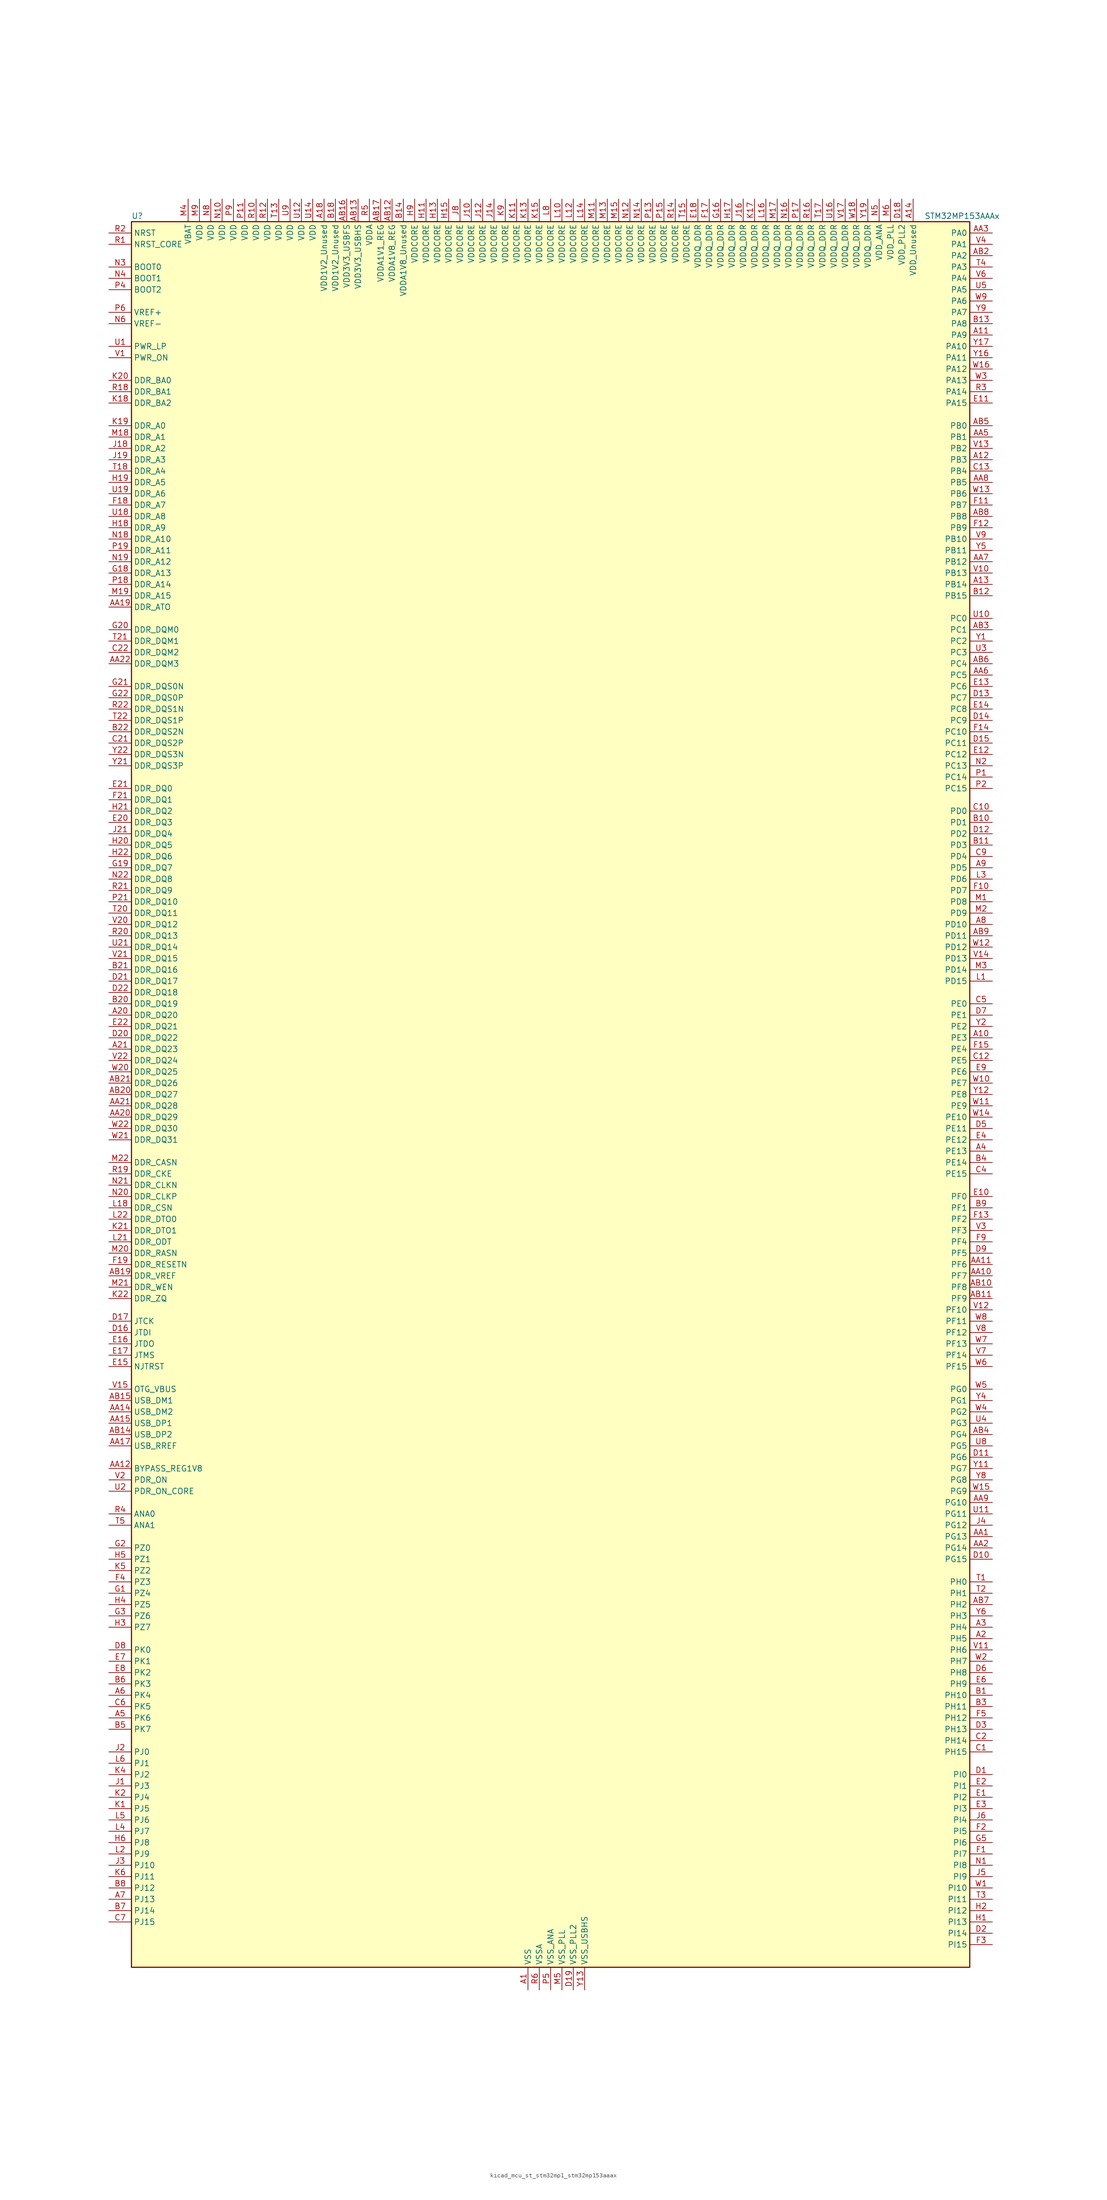
<source format=kicad_sym>
(kicad_symbol_lib
  (version 20220914)
  (generator kicad_symbol_editor)
  (symbol "kicad_mcu_st_stm32mp1_stm32mp153aaax"
    (property "Reference" "U"
      (at -93.98 196.85 0)
      (effects (font (size 1.27 1.27)) (justify left)))
    (property "Value" "STM32MP153AAAx"
      (at 83.82 196.85 0)
      (effects (font (size 1.27 1.27)) (justify left)))
    (property "ki_locked" ""
      (at 0 0 0)
      (effects (font (size 1.27 1.27))))
    (symbol "kicad_mcu_st_stm32mp1_stm32mp153aaax_0_1"
      (rectangle (start -93.98 -195.58) (end 93.98 195.58) (stroke (width 0.254) (type default)) (fill (type background))))
    (symbol "kicad_mcu_st_stm32mp1_stm32mp153aaax_1_1"
      (pin power_in line (at -5.08 -200.66 90) (length 5.08) (name "VSS" (effects (font (size 1.27 1.27)))) (number "A1" (effects (font (size 1.27 1.27)))))
      (pin bidirectional line (at 99.06 12.7 180) (length 5.08) (name "PE3" (effects (font (size 1.27 1.27)))) (number "A10" (effects (font (size 1.27 1.27)))) (alternate "DEBUG_TRACED0" bidirectional line) (alternate "FMC_A19" bidirectional line) (alternate "SAI1_SD_B" bidirectional line) (alternate "SDMMC2_CK" bidirectional line) (alternate "TIM15_BKIN" bidirectional line))
      (pin bidirectional line (at 99.06 170.18 180) (length 5.08) (name "PA9" (effects (font (size 1.27 1.27)))) (number "A11" (effects (font (size 1.27 1.27)))) (alternate "DAC1_EXTI9" bidirectional line) (alternate "DCMI_D0" bidirectional line) (alternate "I2C3_SMBA" bidirectional line) (alternate "I2S2_CK" bidirectional line) (alternate "LTDC_R5" bidirectional line) (alternate "SDMMC2_CDIR" bidirectional line) (alternate "SDMMC2_D5" bidirectional line) (alternate "SPI2_SCK" bidirectional line) (alternate "TIM1_CH2" bidirectional line) (alternate "USART1_TX" bidirectional line))
      (pin bidirectional line (at 99.06 142.24 180) (length 5.08) (name "PB3" (effects (font (size 1.27 1.27)))) (number "A12" (effects (font (size 1.27 1.27)))) (alternate "DEBUG_TRACED9" bidirectional line) (alternate "I2S1_CK" bidirectional line) (alternate "I2S3_CK" bidirectional line) (alternate "SAI4_CK1" bidirectional line) (alternate "SAI4_MCLK_A" bidirectional line) (alternate "SDMMC2_D2" bidirectional line) (alternate "SPI1_SCK" bidirectional line) (alternate "SPI3_SCK" bidirectional line) (alternate "SPI6_SCK" bidirectional line) (alternate "TIM2_CH2" bidirectional line) (alternate "UART7_RX" bidirectional line))
      (pin bidirectional line (at 99.06 114.3 180) (length 5.08) (name "PB14" (effects (font (size 1.27 1.27)))) (number "A13" (effects (font (size 1.27 1.27)))) (alternate "DFSDM1_DATIN2" bidirectional line) (alternate "I2S2_SDI" bidirectional line) (alternate "SDMMC2_D0" bidirectional line) (alternate "SPI2_MISO" bidirectional line) (alternate "TIM12_CH1" bidirectional line) (alternate "TIM1_CH2N" bidirectional line) (alternate "TIM8_CH2N" bidirectional line) (alternate "USART1_TX" bidirectional line) (alternate "USART3_DE" bidirectional line) (alternate "USART3_RTS" bidirectional line))
      (pin power_in line (at 81.28 200.66 270) (length 5.08) (name "VDD_Unused" (effects (font (size 1.27 1.27)))) (number "A14" (effects (font (size 1.27 1.27)))))
      (pin no_connect line (at -93.98 -195.58 0) (length 5.08) hide (name "DNU" (effects (font (size 1.27 1.27)))) (number "A15" (effects (font (size 1.27 1.27)))))
      (pin no_connect line (at -93.98 -193.04 0) (length 5.08) hide (name "DNU" (effects (font (size 1.27 1.27)))) (number "A16" (effects (font (size 1.27 1.27)))))
      (pin no_connect line (at -93.98 -190.5 0) (length 5.08) hide (name "DNU" (effects (font (size 1.27 1.27)))) (number "A17" (effects (font (size 1.27 1.27)))))
      (pin power_in line (at -50.8 200.66 270) (length 5.08) (name "VDD1V2_Unused" (effects (font (size 1.27 1.27)))) (number "A18" (effects (font (size 1.27 1.27)))))
      (pin passive line (at -5.08 -200.66 90) (length 5.08) hide (name "VSS" (effects (font (size 1.27 1.27)))) (number "A19" (effects (font (size 1.27 1.27)))))
      (pin bidirectional line (at 99.06 -121.92 180) (length 5.08) (name "PH5" (effects (font (size 1.27 1.27)))) (number "A2" (effects (font (size 1.27 1.27)))) (alternate "I2C2_SDA" bidirectional line) (alternate "SAI4_SD_B" bidirectional line) (alternate "SPI5_NSS" bidirectional line))
      (pin bidirectional line (at -99.06 17.78 0) (length 5.08) (name "DDR_DQ20" (effects (font (size 1.27 1.27)))) (number "A20" (effects (font (size 1.27 1.27)))) (alternate "DDR_DQ20" bidirectional line))
      (pin bidirectional line (at -99.06 10.16 0) (length 5.08) (name "DDR_DQ23" (effects (font (size 1.27 1.27)))) (number "A21" (effects (font (size 1.27 1.27)))) (alternate "DDR_DQ23" bidirectional line))
      (pin passive line (at -5.08 -200.66 90) (length 5.08) hide (name "VSS" (effects (font (size 1.27 1.27)))) (number "A22" (effects (font (size 1.27 1.27)))))
      (pin bidirectional line (at 99.06 -119.38 180) (length 5.08) (name "PH4" (effects (font (size 1.27 1.27)))) (number "A3" (effects (font (size 1.27 1.27)))) (alternate "I2C2_SCL" bidirectional line) (alternate "LTDC_G4" bidirectional line) (alternate "LTDC_G5" bidirectional line))
      (pin bidirectional line (at 99.06 -12.7 180) (length 5.08) (name "PE13" (effects (font (size 1.27 1.27)))) (number "A4" (effects (font (size 1.27 1.27)))) (alternate "DCMI_D6" bidirectional line) (alternate "DFSDM1_CKIN5" bidirectional line) (alternate "FMC_D10" bidirectional line) (alternate "FMC_DA10" bidirectional line) (alternate "HDP_HDP2" bidirectional line) (alternate "LTDC_DE" bidirectional line) (alternate "SAI2_FS_B" bidirectional line) (alternate "SPI4_MISO" bidirectional line) (alternate "TIM1_CH3" bidirectional line))
      (pin bidirectional line (at -99.06 -139.7 0) (length 5.08) (name "PK6" (effects (font (size 1.27 1.27)))) (number "A5" (effects (font (size 1.27 1.27)))) (alternate "DEBUG_TRACED7" bidirectional line) (alternate "HDP_HDP7" bidirectional line) (alternate "LTDC_B7" bidirectional line))
      (pin bidirectional line (at -99.06 -134.62 0) (length 5.08) (name "PK4" (effects (font (size 1.27 1.27)))) (number "A6" (effects (font (size 1.27 1.27)))) (alternate "LTDC_B5" bidirectional line))
      (pin bidirectional line (at -99.06 -180.34 0) (length 5.08) (name "PJ13" (effects (font (size 1.27 1.27)))) (number "A7" (effects (font (size 1.27 1.27)))) (alternate "LTDC_B1" bidirectional line) (alternate "LTDC_G4" bidirectional line))
      (pin bidirectional line (at 99.06 38.1 180) (length 5.08) (name "PD10" (effects (font (size 1.27 1.27)))) (number "A8" (effects (font (size 1.27 1.27)))) (alternate "DFSDM1_CKOUT" bidirectional line) (alternate "FMC_D15" bidirectional line) (alternate "FMC_DA15" bidirectional line) (alternate "I2C5_SMBA" bidirectional line) (alternate "I2S3_SDI" bidirectional line) (alternate "LTDC_B3" bidirectional line) (alternate "RTC_REFIN" bidirectional line) (alternate "SAI3_FS_B" bidirectional line) (alternate "SPI3_MISO" bidirectional line) (alternate "TIM16_BKIN" bidirectional line) (alternate "USART3_CK" bidirectional line))
      (pin bidirectional line (at 99.06 50.8 180) (length 5.08) (name "PD5" (effects (font (size 1.27 1.27)))) (number "A9" (effects (font (size 1.27 1.27)))) (alternate "FMC_NWE" bidirectional line) (alternate "SDMMC3_D2" bidirectional line) (alternate "USART2_TX" bidirectional line))
      (pin bidirectional line (at 99.06 -99.06 180) (length 5.08) (name "PG13" (effects (font (size 1.27 1.27)))) (number "AA1" (effects (font (size 1.27 1.27)))) (alternate "DEBUG_TRACED0" bidirectional line) (alternate "ETH1_TXD0" bidirectional line) (alternate "FMC_A24" bidirectional line) (alternate "LPTIM1_OUT" bidirectional line) (alternate "LTDC_R0" bidirectional line) (alternate "SAI1_CK2" bidirectional line) (alternate "SAI1_SCK_A" bidirectional line) (alternate "SAI4_CK1" bidirectional line) (alternate "SAI4_MCLK_A" bidirectional line) (alternate "SPI6_SCK" bidirectional line) (alternate "USART6_CTS" bidirectional line) (alternate "USART6_NSS" bidirectional line))
      (pin bidirectional line (at 99.06 -40.64 180) (length 5.08) (name "PF7" (effects (font (size 1.27 1.27)))) (number "AA10" (effects (font (size 1.27 1.27)))) (alternate "QUADSPI_BK1_IO2" bidirectional line) (alternate "SAI1_MCLK_B" bidirectional line) (alternate "SPI5_SCK" bidirectional line) (alternate "TIM17_CH1" bidirectional line) (alternate "UART7_TX" bidirectional line))
      (pin bidirectional line (at 99.06 -38.1 180) (length 5.08) (name "PF6" (effects (font (size 1.27 1.27)))) (number "AA11" (effects (font (size 1.27 1.27)))) (alternate "QUADSPI_BK1_IO3" bidirectional line) (alternate "SAI1_SD_B" bidirectional line) (alternate "SAI4_SCK_B" bidirectional line) (alternate "SPI5_NSS" bidirectional line) (alternate "TIM16_CH1" bidirectional line) (alternate "UART7_RX" bidirectional line))
      (pin bidirectional line (at -99.06 -83.82 0) (length 5.08) (name "BYPASS_REG1V8" (effects (font (size 1.27 1.27)))) (number "AA12" (effects (font (size 1.27 1.27)))))
      (pin passive line (at 7.62 -200.66 90) (length 5.08) hide (name "VSS_USBHS" (effects (font (size 1.27 1.27)))) (number "AA13" (effects (font (size 1.27 1.27)))))
      (pin bidirectional line (at -99.06 -71.12 0) (length 5.08) (name "USB_DM2" (effects (font (size 1.27 1.27)))) (number "AA14" (effects (font (size 1.27 1.27)))) (alternate "USBH_HS2_DM" bidirectional line) (alternate "USB_OTG_HS_DM" bidirectional line))
      (pin bidirectional line (at -99.06 -73.66 0) (length 5.08) (name "USB_DP1" (effects (font (size 1.27 1.27)))) (number "AA15" (effects (font (size 1.27 1.27)))) (alternate "USBH_HS1_DP" bidirectional line))
      (pin passive line (at 7.62 -200.66 90) (length 5.08) hide (name "VSS_USBHS" (effects (font (size 1.27 1.27)))) (number "AA16" (effects (font (size 1.27 1.27)))))
      (pin bidirectional line (at -99.06 -78.74 0) (length 5.08) (name "USB_RREF" (effects (font (size 1.27 1.27)))) (number "AA17" (effects (font (size 1.27 1.27)))))
      (pin passive line (at -5.08 -200.66 90) (length 5.08) hide (name "VSS" (effects (font (size 1.27 1.27)))) (number "AA18" (effects (font (size 1.27 1.27)))))
      (pin bidirectional line (at -99.06 109.22 0) (length 5.08) (name "DDR_ATO" (effects (font (size 1.27 1.27)))) (number "AA19" (effects (font (size 1.27 1.27)))) (alternate "DDR_ATO" bidirectional line))
      (pin bidirectional line (at 99.06 -101.6 180) (length 5.08) (name "PG14" (effects (font (size 1.27 1.27)))) (number "AA2" (effects (font (size 1.27 1.27)))) (alternate "DEBUG_TRACED1" bidirectional line) (alternate "ETH1_TXD1" bidirectional line) (alternate "FMC_A25" bidirectional line) (alternate "LPTIM1_ETR" bidirectional line) (alternate "LTDC_B0" bidirectional line) (alternate "QUADSPI_BK2_IO3" bidirectional line) (alternate "SAI4_D1" bidirectional line) (alternate "SAI4_SD_A" bidirectional line) (alternate "SPI6_MOSI" bidirectional line) (alternate "USART6_TX" bidirectional line))
      (pin bidirectional line (at -99.06 -5.08 0) (length 5.08) (name "DDR_DQ29" (effects (font (size 1.27 1.27)))) (number "AA20" (effects (font (size 1.27 1.27)))) (alternate "DDR_DQ29" bidirectional line))
      (pin bidirectional line (at -99.06 -2.54 0) (length 5.08) (name "DDR_DQ28" (effects (font (size 1.27 1.27)))) (number "AA21" (effects (font (size 1.27 1.27)))) (alternate "DDR_DQ28" bidirectional line))
      (pin bidirectional line (at -99.06 96.52 0) (length 5.08) (name "DDR_DQM3" (effects (font (size 1.27 1.27)))) (number "AA22" (effects (font (size 1.27 1.27)))) (alternate "DDR_DQM3" bidirectional line))
      (pin bidirectional line (at 99.06 193.04 180) (length 5.08) (name "PA0" (effects (font (size 1.27 1.27)))) (number "AA3" (effects (font (size 1.27 1.27)))) (alternate "ADC1_INP16" bidirectional line) (alternate "ETH1_CRS" bidirectional line) (alternate "PWR_WKUP1" bidirectional line) (alternate "SAI2_SD_B" bidirectional line) (alternate "SDMMC2_CMD" bidirectional line) (alternate "TIM15_BKIN" bidirectional line) (alternate "TIM2_CH1" bidirectional line) (alternate "TIM2_ETR" bidirectional line) (alternate "TIM5_CH1" bidirectional line) (alternate "TIM8_ETR" bidirectional line) (alternate "UART4_TX" bidirectional line) (alternate "USART2_CTS" bidirectional line) (alternate "USART2_NSS" bidirectional line))
      (pin passive line (at -5.08 -200.66 90) (length 5.08) hide (name "VSS" (effects (font (size 1.27 1.27)))) (number "AA4" (effects (font (size 1.27 1.27)))))
      (pin bidirectional line (at 99.06 147.32 180) (length 5.08) (name "PB1" (effects (font (size 1.27 1.27)))) (number "AA5" (effects (font (size 1.27 1.27)))) (alternate "ADC1_INP5" bidirectional line) (alternate "ADC2_INP5" bidirectional line) (alternate "DFSDM1_DATIN1" bidirectional line) (alternate "ETH1_RXD3" bidirectional line) (alternate "LTDC_G0" bidirectional line) (alternate "LTDC_R6" bidirectional line) (alternate "TIM1_CH3N" bidirectional line) (alternate "TIM3_CH4" bidirectional line) (alternate "TIM8_CH3N" bidirectional line))
      (pin bidirectional line (at 99.06 93.98 180) (length 5.08) (name "PC5" (effects (font (size 1.27 1.27)))) (number "AA6" (effects (font (size 1.27 1.27)))) (alternate "ADC1_INN4" bidirectional line) (alternate "ADC1_INP8" bidirectional line) (alternate "ADC2_INN4" bidirectional line) (alternate "ADC2_INP8" bidirectional line) (alternate "DFSDM1_DATIN2" bidirectional line) (alternate "ETH1_RXD1" bidirectional line) (alternate "SAI1_D3" bidirectional line) (alternate "SAI1_D4" bidirectional line) (alternate "SAI4_D3" bidirectional line) (alternate "SAI4_D4" bidirectional line) (alternate "SPDIFRX_IN3" bidirectional line))
      (pin bidirectional line (at 99.06 119.38 180) (length 5.08) (name "PB12" (effects (font (size 1.27 1.27)))) (number "AA7" (effects (font (size 1.27 1.27)))) (alternate "DFSDM1_DATIN1" bidirectional line) (alternate "ETH1_TXD0" bidirectional line) (alternate "FDCAN2_RX" bidirectional line) (alternate "I2C2_SMBA" bidirectional line) (alternate "I2C6_SMBA" bidirectional line) (alternate "I2S2_WS" bidirectional line) (alternate "SPI2_NSS" bidirectional line) (alternate "TIM1_BKIN" bidirectional line) (alternate "UART5_RX" bidirectional line) (alternate "USART3_CK" bidirectional line) (alternate "USART3_RX" bidirectional line))
      (pin bidirectional line (at 99.06 137.16 180) (length 5.08) (name "PB5" (effects (font (size 1.27 1.27)))) (number "AA8" (effects (font (size 1.27 1.27)))) (alternate "DCMI_D10" bidirectional line) (alternate "ETH1_CLK" bidirectional line) (alternate "ETH1_PPS_OUT" bidirectional line) (alternate "FDCAN2_RX" bidirectional line) (alternate "I2C1_SMBA" bidirectional line) (alternate "I2C4_SMBA" bidirectional line) (alternate "I2S1_SDO" bidirectional line) (alternate "I2S3_SDO" bidirectional line) (alternate "LTDC_G7" bidirectional line) (alternate "SAI4_D1" bidirectional line) (alternate "SAI4_SD_A" bidirectional line) (alternate "SPI1_MOSI" bidirectional line) (alternate "SPI3_MOSI" bidirectional line) (alternate "SPI6_MOSI" bidirectional line) (alternate "TIM17_BKIN" bidirectional line) (alternate "TIM3_CH2" bidirectional line) (alternate "UART5_RX" bidirectional line))
      (pin bidirectional line (at 99.06 -91.44 180) (length 5.08) (name "PG10" (effects (font (size 1.27 1.27)))) (number "AA9" (effects (font (size 1.27 1.27)))) (alternate "DCMI_D2" bidirectional line) (alternate "DEBUG_TRACED10" bidirectional line) (alternate "FMC_NE3" bidirectional line) (alternate "LTDC_B2" bidirectional line) (alternate "LTDC_G3" bidirectional line) (alternate "QUADSPI_BK2_IO2" bidirectional line) (alternate "SAI2_SD_B" bidirectional line) (alternate "UART8_CTS" bidirectional line))
      (pin passive line (at -5.08 -200.66 90) (length 5.08) hide (name "VSS" (effects (font (size 1.27 1.27)))) (number "AB1" (effects (font (size 1.27 1.27)))))
      (pin bidirectional line (at 99.06 -43.18 180) (length 5.08) (name "PF8" (effects (font (size 1.27 1.27)))) (number "AB10" (effects (font (size 1.27 1.27)))) (alternate "DEBUG_TRACED12" bidirectional line) (alternate "QUADSPI_BK1_IO0" bidirectional line) (alternate "SAI1_SCK_B" bidirectional line) (alternate "SPI5_MISO" bidirectional line) (alternate "TIM13_CH1" bidirectional line) (alternate "TIM16_CH1N" bidirectional line) (alternate "UART7_DE" bidirectional line) (alternate "UART7_RTS" bidirectional line))
      (pin bidirectional line (at 99.06 -45.72 180) (length 5.08) (name "PF9" (effects (font (size 1.27 1.27)))) (number "AB11" (effects (font (size 1.27 1.27)))) (alternate "DAC1_EXTI9" bidirectional line) (alternate "DEBUG_TRACED13" bidirectional line) (alternate "QUADSPI_BK1_IO1" bidirectional line) (alternate "SAI1_FS_B" bidirectional line) (alternate "SPI5_MOSI" bidirectional line) (alternate "TIM14_CH1" bidirectional line) (alternate "TIM17_CH1N" bidirectional line) (alternate "UART7_CTS" bidirectional line))
      (pin power_in line (at -35.56 200.66 270) (length 5.08) (name "VDDA1V8_REG" (effects (font (size 1.27 1.27)))) (number "AB12" (effects (font (size 1.27 1.27)))))
      (pin power_in line (at -43.18 200.66 270) (length 5.08) (name "VDD3V3_USBHS" (effects (font (size 1.27 1.27)))) (number "AB13" (effects (font (size 1.27 1.27)))))
      (pin bidirectional line (at -99.06 -76.2 0) (length 5.08) (name "USB_DP2" (effects (font (size 1.27 1.27)))) (number "AB14" (effects (font (size 1.27 1.27)))) (alternate "USBH_HS2_DP" bidirectional line) (alternate "USB_OTG_HS_DP" bidirectional line))
      (pin bidirectional line (at -99.06 -68.58 0) (length 5.08) (name "USB_DM1" (effects (font (size 1.27 1.27)))) (number "AB15" (effects (font (size 1.27 1.27)))) (alternate "USBH_HS1_DM" bidirectional line))
      (pin power_in line (at -45.72 200.66 270) (length 5.08) (name "VDD3V3_USBFS" (effects (font (size 1.27 1.27)))) (number "AB16" (effects (font (size 1.27 1.27)))))
      (pin power_in line (at -38.1 200.66 270) (length 5.08) (name "VDDA1V1_REG" (effects (font (size 1.27 1.27)))) (number "AB17" (effects (font (size 1.27 1.27)))))
      (pin passive line (at -5.08 -200.66 90) (length 5.08) hide (name "VSS" (effects (font (size 1.27 1.27)))) (number "AB18" (effects (font (size 1.27 1.27)))))
      (pin bidirectional line (at -99.06 -40.64 0) (length 5.08) (name "DDR_VREF" (effects (font (size 1.27 1.27)))) (number "AB19" (effects (font (size 1.27 1.27)))) (alternate "DDR_VREF" bidirectional line))
      (pin bidirectional line (at 99.06 187.96 180) (length 5.08) (name "PA2" (effects (font (size 1.27 1.27)))) (number "AB2" (effects (font (size 1.27 1.27)))) (alternate "ADC1_INP14" bidirectional line) (alternate "ETH1_MDIO" bidirectional line) (alternate "LPTIM4_OUT" bidirectional line) (alternate "LTDC_R1" bidirectional line) (alternate "PWR_WKUP2" bidirectional line) (alternate "SAI2_SCK_B" bidirectional line) (alternate "SDMMC2_D0DIR" bidirectional line) (alternate "TIM15_CH1" bidirectional line) (alternate "TIM2_CH3" bidirectional line) (alternate "TIM5_CH3" bidirectional line) (alternate "USART2_TX" bidirectional line))
      (pin bidirectional line (at -99.06 0 0) (length 5.08) (name "DDR_DQ27" (effects (font (size 1.27 1.27)))) (number "AB20" (effects (font (size 1.27 1.27)))) (alternate "DDR_DQ27" bidirectional line))
      (pin bidirectional line (at -99.06 2.54 0) (length 5.08) (name "DDR_DQ26" (effects (font (size 1.27 1.27)))) (number "AB21" (effects (font (size 1.27 1.27)))) (alternate "DDR_DQ26" bidirectional line))
      (pin passive line (at -5.08 -200.66 90) (length 5.08) hide (name "VSS" (effects (font (size 1.27 1.27)))) (number "AB22" (effects (font (size 1.27 1.27)))))
      (pin bidirectional line (at 99.06 104.14 180) (length 5.08) (name "PC1" (effects (font (size 1.27 1.27)))) (number "AB3" (effects (font (size 1.27 1.27)))) (alternate "ADC1_INN10" bidirectional line) (alternate "ADC1_INP11" bidirectional line) (alternate "ADC2_INN10" bidirectional line) (alternate "ADC2_INP11" bidirectional line) (alternate "DEBUG_TRACED0" bidirectional line) (alternate "DFSDM1_CKIN4" bidirectional line) (alternate "DFSDM1_DATIN0" bidirectional line) (alternate "ETH1_MDC" bidirectional line) (alternate "I2S2_SDO" bidirectional line) (alternate "PWR_WKUP6" bidirectional line) (alternate "SAI1_D1" bidirectional line) (alternate "SAI1_SD_A" bidirectional line) (alternate "SDMMC2_CK" bidirectional line) (alternate "SPI2_MOSI" bidirectional line) (alternate "TAMP_IN3" bidirectional line))
      (pin bidirectional line (at 99.06 -76.2 180) (length 5.08) (name "PG4" (effects (font (size 1.27 1.27)))) (number "AB4" (effects (font (size 1.27 1.27)))) (alternate "ETH1_GTX_CLK" bidirectional line) (alternate "FMC_A14" bidirectional line) (alternate "TIM1_BKIN2" bidirectional line))
      (pin bidirectional line (at 99.06 149.86 180) (length 5.08) (name "PB0" (effects (font (size 1.27 1.27)))) (number "AB5" (effects (font (size 1.27 1.27)))) (alternate "ADC1_INN5" bidirectional line) (alternate "ADC1_INP9" bidirectional line) (alternate "ADC2_INN5" bidirectional line) (alternate "ADC2_INP9" bidirectional line) (alternate "DFSDM1_CKOUT" bidirectional line) (alternate "ETH1_RXD2" bidirectional line) (alternate "LTDC_G1" bidirectional line) (alternate "LTDC_R3" bidirectional line) (alternate "TIM1_CH2N" bidirectional line) (alternate "TIM3_CH3" bidirectional line) (alternate "TIM8_CH2N" bidirectional line) (alternate "UART4_CTS" bidirectional line))
      (pin bidirectional line (at 99.06 96.52 180) (length 5.08) (name "PC4" (effects (font (size 1.27 1.27)))) (number "AB6" (effects (font (size 1.27 1.27)))) (alternate "ADC1_INP4" bidirectional line) (alternate "ADC2_INP4" bidirectional line) (alternate "DFSDM1_CKIN2" bidirectional line) (alternate "ETH1_RXD0" bidirectional line) (alternate "I2S1_MCK" bidirectional line) (alternate "SPDIFRX_IN2" bidirectional line))
      (pin bidirectional line (at 99.06 -114.3 180) (length 5.08) (name "PH2" (effects (font (size 1.27 1.27)))) (number "AB7" (effects (font (size 1.27 1.27)))) (alternate "ETH1_CRS" bidirectional line) (alternate "LPTIM1_IN2" bidirectional line) (alternate "LTDC_R0" bidirectional line) (alternate "QUADSPI_BK2_IO0" bidirectional line) (alternate "SAI2_SCK_B" bidirectional line))
      (pin bidirectional line (at 99.06 129.54 180) (length 5.08) (name "PB8" (effects (font (size 1.27 1.27)))) (number "AB8" (effects (font (size 1.27 1.27)))) (alternate "DCMI_D6" bidirectional line) (alternate "DFSDM1_CKIN7" bidirectional line) (alternate "ETH1_TXD3" bidirectional line) (alternate "FDCAN1_RX" bidirectional line) (alternate "HDP_HDP6" bidirectional line) (alternate "I2C1_SCL" bidirectional line) (alternate "I2C4_SCL" bidirectional line) (alternate "LTDC_B6" bidirectional line) (alternate "SDMMC1_CKIN" bidirectional line) (alternate "SDMMC1_D4" bidirectional line) (alternate "SDMMC2_CKIN" bidirectional line) (alternate "SDMMC2_D4" bidirectional line) (alternate "TIM16_CH1" bidirectional line) (alternate "TIM4_CH3" bidirectional line) (alternate "UART4_RX" bidirectional line))
      (pin bidirectional line (at 99.06 35.56 180) (length 5.08) (name "PD11" (effects (font (size 1.27 1.27)))) (number "AB9" (effects (font (size 1.27 1.27)))) (alternate "ADC1_EXTI11" bidirectional line) (alternate "ADC2_EXTI11" bidirectional line) (alternate "FMC_A16" bidirectional line) (alternate "FMC_CLE" bidirectional line) (alternate "I2C1_SMBA" bidirectional line) (alternate "I2C4_SMBA" bidirectional line) (alternate "LPTIM2_IN2" bidirectional line) (alternate "QUADSPI_BK1_IO0" bidirectional line) (alternate "SAI2_SD_A" bidirectional line) (alternate "USART3_CTS" bidirectional line) (alternate "USART3_NSS" bidirectional line))
      (pin bidirectional line (at 99.06 -134.62 180) (length 5.08) (name "PH10" (effects (font (size 1.27 1.27)))) (number "B1" (effects (font (size 1.27 1.27)))) (alternate "DCMI_D1" bidirectional line) (alternate "I2C1_SMBA" bidirectional line) (alternate "I2C4_SMBA" bidirectional line) (alternate "LTDC_R4" bidirectional line) (alternate "TIM5_CH1" bidirectional line))
      (pin bidirectional line (at 99.06 60.96 180) (length 5.08) (name "PD1" (effects (font (size 1.27 1.27)))) (number "B10" (effects (font (size 1.27 1.27)))) (alternate "DFSDM1_CKIN7" bidirectional line) (alternate "DFSDM1_DATIN6" bidirectional line) (alternate "FDCAN1_TX" bidirectional line) (alternate "FMC_D3" bidirectional line) (alternate "FMC_DA3" bidirectional line) (alternate "I2C5_SCL" bidirectional line) (alternate "I2C6_SCL" bidirectional line) (alternate "SAI3_SD_A" bidirectional line) (alternate "SDMMC3_D0" bidirectional line) (alternate "UART4_TX" bidirectional line))
      (pin bidirectional line (at 99.06 55.88 180) (length 5.08) (name "PD3" (effects (font (size 1.27 1.27)))) (number "B11" (effects (font (size 1.27 1.27)))) (alternate "DCMI_D5" bidirectional line) (alternate "DFSDM1_CKOUT" bidirectional line) (alternate "DFSDM1_DATIN0" bidirectional line) (alternate "FMC_CLK" bidirectional line) (alternate "HDP_HDP5" bidirectional line) (alternate "I2S2_CK" bidirectional line) (alternate "LTDC_G7" bidirectional line) (alternate "SDMMC1_D123DIR" bidirectional line) (alternate "SDMMC1_D7" bidirectional line) (alternate "SDMMC2_D123DIR" bidirectional line) (alternate "SDMMC2_D7" bidirectional line) (alternate "SPI2_SCK" bidirectional line) (alternate "USART2_CTS" bidirectional line) (alternate "USART2_NSS" bidirectional line))
      (pin bidirectional line (at 99.06 111.76 180) (length 5.08) (name "PB15" (effects (font (size 1.27 1.27)))) (number "B12" (effects (font (size 1.27 1.27)))) (alternate "ADC1_EXTI15" bidirectional line) (alternate "ADC2_EXTI15" bidirectional line) (alternate "DFSDM1_CKIN2" bidirectional line) (alternate "I2S2_SDO" bidirectional line) (alternate "RTC_REFIN" bidirectional line) (alternate "SDMMC2_D1" bidirectional line) (alternate "SPI2_MOSI" bidirectional line) (alternate "TIM12_CH2" bidirectional line) (alternate "TIM1_CH3N" bidirectional line) (alternate "TIM8_CH3N" bidirectional line) (alternate "USART1_RX" bidirectional line))
      (pin bidirectional line (at 99.06 172.72 180) (length 5.08) (name "PA8" (effects (font (size 1.27 1.27)))) (number "B13" (effects (font (size 1.27 1.27)))) (alternate "I2C3_SCL" bidirectional line) (alternate "I2S3_SDO" bidirectional line) (alternate "LTDC_R6" bidirectional line) (alternate "RCC_MCO_1" bidirectional line) (alternate "SAI4_SD_B" bidirectional line) (alternate "SDMMC2_CKIN" bidirectional line) (alternate "SDMMC2_D4" bidirectional line) (alternate "SPI3_MOSI" bidirectional line) (alternate "TIM1_CH1" bidirectional line) (alternate "TIM8_BKIN2" bidirectional line) (alternate "UART7_RX" bidirectional line) (alternate "USART1_CK" bidirectional line) (alternate "USB_OTG_HS_SOF" bidirectional line))
      (pin power_in line (at -33.02 200.66 270) (length 5.08) (name "VDDA1V8_Unused" (effects (font (size 1.27 1.27)))) (number "B14" (effects (font (size 1.27 1.27)))))
      (pin no_connect line (at -93.98 -187.96 0) (length 5.08) hide (name "DNU" (effects (font (size 1.27 1.27)))) (number "B15" (effects (font (size 1.27 1.27)))))
      (pin no_connect line (at -93.98 -185.42 0) (length 5.08) hide (name "DNU" (effects (font (size 1.27 1.27)))) (number "B16" (effects (font (size 1.27 1.27)))))
      (pin no_connect line (at -93.98 -182.88 0) (length 5.08) hide (name "DNU" (effects (font (size 1.27 1.27)))) (number "B17" (effects (font (size 1.27 1.27)))))
      (pin power_in line (at -48.26 200.66 270) (length 5.08) (name "VDD1V2_Unused" (effects (font (size 1.27 1.27)))) (number "B18" (effects (font (size 1.27 1.27)))))
      (pin passive line (at -5.08 -200.66 90) (length 5.08) hide (name "VSS" (effects (font (size 1.27 1.27)))) (number "B19" (effects (font (size 1.27 1.27)))))
      (pin passive line (at -5.08 -200.66 90) (length 5.08) hide (name "VSS" (effects (font (size 1.27 1.27)))) (number "B2" (effects (font (size 1.27 1.27)))))
      (pin bidirectional line (at -99.06 20.32 0) (length 5.08) (name "DDR_DQ19" (effects (font (size 1.27 1.27)))) (number "B20" (effects (font (size 1.27 1.27)))) (alternate "DDR_DQ19" bidirectional line))
      (pin bidirectional line (at -99.06 27.94 0) (length 5.08) (name "DDR_DQ16" (effects (font (size 1.27 1.27)))) (number "B21" (effects (font (size 1.27 1.27)))) (alternate "DDR_DQ16" bidirectional line))
      (pin bidirectional line (at -99.06 81.28 0) (length 5.08) (name "DDR_DQS2N" (effects (font (size 1.27 1.27)))) (number "B22" (effects (font (size 1.27 1.27)))) (alternate "DDR_DQS2N" bidirectional line))
      (pin bidirectional line (at 99.06 -137.16 180) (length 5.08) (name "PH11" (effects (font (size 1.27 1.27)))) (number "B3" (effects (font (size 1.27 1.27)))) (alternate "ADC1_EXTI11" bidirectional line) (alternate "ADC2_EXTI11" bidirectional line) (alternate "DCMI_D2" bidirectional line) (alternate "I2C1_SCL" bidirectional line) (alternate "I2C4_SCL" bidirectional line) (alternate "LTDC_R5" bidirectional line) (alternate "TIM5_CH2" bidirectional line))
      (pin bidirectional line (at 99.06 -15.24 180) (length 5.08) (name "PE14" (effects (font (size 1.27 1.27)))) (number "B4" (effects (font (size 1.27 1.27)))) (alternate "FMC_D11" bidirectional line) (alternate "FMC_DA11" bidirectional line) (alternate "LTDC_CLK" bidirectional line) (alternate "LTDC_G0" bidirectional line) (alternate "SAI2_MCLK_B" bidirectional line) (alternate "SDMMC1_D123DIR" bidirectional line) (alternate "SPI4_MOSI" bidirectional line) (alternate "TIM1_CH4" bidirectional line) (alternate "UART8_DE" bidirectional line) (alternate "UART8_RTS" bidirectional line))
      (pin bidirectional line (at -99.06 -142.24 0) (length 5.08) (name "PK7" (effects (font (size 1.27 1.27)))) (number "B5" (effects (font (size 1.27 1.27)))) (alternate "LTDC_DE" bidirectional line))
      (pin bidirectional line (at -99.06 -132.08 0) (length 5.08) (name "PK3" (effects (font (size 1.27 1.27)))) (number "B6" (effects (font (size 1.27 1.27)))) (alternate "LTDC_B4" bidirectional line))
      (pin bidirectional line (at -99.06 -182.88 0) (length 5.08) (name "PJ14" (effects (font (size 1.27 1.27)))) (number "B7" (effects (font (size 1.27 1.27)))) (alternate "LTDC_B2" bidirectional line))
      (pin bidirectional line (at -99.06 -177.8 0) (length 5.08) (name "PJ12" (effects (font (size 1.27 1.27)))) (number "B8" (effects (font (size 1.27 1.27)))) (alternate "LTDC_B0" bidirectional line) (alternate "LTDC_G3" bidirectional line))
      (pin bidirectional line (at 99.06 -25.4 180) (length 5.08) (name "PF1" (effects (font (size 1.27 1.27)))) (number "B9" (effects (font (size 1.27 1.27)))) (alternate "FMC_A1" bidirectional line) (alternate "I2C2_SCL" bidirectional line) (alternate "SDMMC3_CDIR" bidirectional line) (alternate "SDMMC3_CMD" bidirectional line))
      (pin bidirectional line (at 99.06 -147.32 180) (length 5.08) (name "PH15" (effects (font (size 1.27 1.27)))) (number "C1" (effects (font (size 1.27 1.27)))) (alternate "ADC1_EXTI15" bidirectional line) (alternate "ADC2_EXTI15" bidirectional line) (alternate "DCMI_D11" bidirectional line) (alternate "LTDC_G4" bidirectional line) (alternate "TIM8_CH3N" bidirectional line))
      (pin bidirectional line (at 99.06 63.5 180) (length 5.08) (name "PD0" (effects (font (size 1.27 1.27)))) (number "C10" (effects (font (size 1.27 1.27)))) (alternate "DFSDM1_CKIN6" bidirectional line) (alternate "DFSDM1_DATIN7" bidirectional line) (alternate "FDCAN1_RX" bidirectional line) (alternate "FMC_D2" bidirectional line) (alternate "FMC_DA2" bidirectional line) (alternate "I2C5_SDA" bidirectional line) (alternate "I2C6_SDA" bidirectional line) (alternate "SAI3_SCK_A" bidirectional line) (alternate "SDMMC3_CMD" bidirectional line) (alternate "UART4_RX" bidirectional line))
      (pin passive line (at -5.08 -200.66 90) (length 5.08) hide (name "VSS" (effects (font (size 1.27 1.27)))) (number "C11" (effects (font (size 1.27 1.27)))))
      (pin bidirectional line (at 99.06 7.62 180) (length 5.08) (name "PE5" (effects (font (size 1.27 1.27)))) (number "C12" (effects (font (size 1.27 1.27)))) (alternate "DCMI_D6" bidirectional line) (alternate "DEBUG_TRACED3" bidirectional line) (alternate "DFSDM1_CKIN3" bidirectional line) (alternate "FMC_A21" bidirectional line) (alternate "LTDC_G0" bidirectional line) (alternate "SAI1_CK2" bidirectional line) (alternate "SAI1_SCK_A" bidirectional line) (alternate "SDMMC1_D0DIR" bidirectional line) (alternate "SDMMC1_D6" bidirectional line) (alternate "SDMMC2_D0DIR" bidirectional line) (alternate "SDMMC2_D6" bidirectional line) (alternate "SPI4_MISO" bidirectional line) (alternate "TIM15_CH1" bidirectional line))
      (pin bidirectional line (at 99.06 139.7 180) (length 5.08) (name "PB4" (effects (font (size 1.27 1.27)))) (number "C13" (effects (font (size 1.27 1.27)))) (alternate "DEBUG_TRACED8" bidirectional line) (alternate "I2S1_SDI" bidirectional line) (alternate "I2S2_WS" bidirectional line) (alternate "I2S3_SDI" bidirectional line) (alternate "SAI4_CK2" bidirectional line) (alternate "SAI4_SCK_A" bidirectional line) (alternate "SDMMC2_D3" bidirectional line) (alternate "SPI1_MISO" bidirectional line) (alternate "SPI2_NSS" bidirectional line) (alternate "SPI3_MISO" bidirectional line) (alternate "SPI6_MISO" bidirectional line) (alternate "TIM16_BKIN" bidirectional line) (alternate "TIM3_CH1" bidirectional line) (alternate "UART7_TX" bidirectional line))
      (pin passive line (at -5.08 -200.66 90) (length 5.08) hide (name "VSS" (effects (font (size 1.27 1.27)))) (number "C14" (effects (font (size 1.27 1.27)))))
      (pin passive line (at -5.08 -200.66 90) (length 5.08) hide (name "VSS" (effects (font (size 1.27 1.27)))) (number "C15" (effects (font (size 1.27 1.27)))))
      (pin passive line (at -5.08 -200.66 90) (length 5.08) hide (name "VSS" (effects (font (size 1.27 1.27)))) (number "C16" (effects (font (size 1.27 1.27)))))
      (pin passive line (at -5.08 -200.66 90) (length 5.08) hide (name "VSS" (effects (font (size 1.27 1.27)))) (number "C17" (effects (font (size 1.27 1.27)))))
      (pin passive line (at -5.08 -200.66 90) (length 5.08) hide (name "VSS" (effects (font (size 1.27 1.27)))) (number "C18" (effects (font (size 1.27 1.27)))))
      (pin passive line (at -5.08 -200.66 90) (length 5.08) hide (name "VSS" (effects (font (size 1.27 1.27)))) (number "C19" (effects (font (size 1.27 1.27)))))
      (pin bidirectional line (at 99.06 -144.78 180) (length 5.08) (name "PH14" (effects (font (size 1.27 1.27)))) (number "C2" (effects (font (size 1.27 1.27)))) (alternate "DCMI_D4" bidirectional line) (alternate "FDCAN1_RX" bidirectional line) (alternate "LTDC_G3" bidirectional line) (alternate "TIM8_CH2N" bidirectional line) (alternate "UART4_RX" bidirectional line))
      (pin passive line (at -5.08 -200.66 90) (length 5.08) hide (name "VSS" (effects (font (size 1.27 1.27)))) (number "C20" (effects (font (size 1.27 1.27)))))
      (pin bidirectional line (at -99.06 78.74 0) (length 5.08) (name "DDR_DQS2P" (effects (font (size 1.27 1.27)))) (number "C21" (effects (font (size 1.27 1.27)))) (alternate "DDR_DQS2P" bidirectional line))
      (pin bidirectional line (at -99.06 99.06 0) (length 5.08) (name "DDR_DQM2" (effects (font (size 1.27 1.27)))) (number "C22" (effects (font (size 1.27 1.27)))) (alternate "DDR_DQM2" bidirectional line))
      (pin passive line (at -5.08 -200.66 90) (length 5.08) hide (name "VSS" (effects (font (size 1.27 1.27)))) (number "C3" (effects (font (size 1.27 1.27)))))
      (pin bidirectional line (at 99.06 -17.78 180) (length 5.08) (name "PE15" (effects (font (size 1.27 1.27)))) (number "C4" (effects (font (size 1.27 1.27)))) (alternate "ADC1_EXTI15" bidirectional line) (alternate "ADC2_EXTI15" bidirectional line) (alternate "FMC_D12" bidirectional line) (alternate "FMC_DA12" bidirectional line) (alternate "FMC_NCE2" bidirectional line) (alternate "HDP_HDP3" bidirectional line) (alternate "LTDC_R7" bidirectional line) (alternate "TIM15_BKIN" bidirectional line) (alternate "TIM1_BKIN" bidirectional line) (alternate "UART8_CTS" bidirectional line) (alternate "USART2_CTS" bidirectional line) (alternate "USART2_NSS" bidirectional line))
      (pin bidirectional line (at 99.06 20.32 180) (length 5.08) (name "PE0" (effects (font (size 1.27 1.27)))) (number "C5" (effects (font (size 1.27 1.27)))) (alternate "DCMI_D2" bidirectional line) (alternate "FMC_NBL0" bidirectional line) (alternate "I2S3_CK" bidirectional line) (alternate "LPTIM1_ETR" bidirectional line) (alternate "LPTIM2_ETR" bidirectional line) (alternate "SAI2_MCLK_A" bidirectional line) (alternate "SAI4_MCLK_B" bidirectional line) (alternate "SPI3_SCK" bidirectional line) (alternate "TIM4_ETR" bidirectional line) (alternate "UART8_RX" bidirectional line))
      (pin bidirectional line (at -99.06 -137.16 0) (length 5.08) (name "PK5" (effects (font (size 1.27 1.27)))) (number "C6" (effects (font (size 1.27 1.27)))) (alternate "DEBUG_TRACED6" bidirectional line) (alternate "HDP_HDP6" bidirectional line) (alternate "LTDC_B6" bidirectional line))
      (pin bidirectional line (at -99.06 -185.42 0) (length 5.08) (name "PJ15" (effects (font (size 1.27 1.27)))) (number "C7" (effects (font (size 1.27 1.27)))) (alternate "ADC1_EXTI15" bidirectional line) (alternate "ADC2_EXTI15" bidirectional line) (alternate "LTDC_B3" bidirectional line))
      (pin passive line (at -5.08 -200.66 90) (length 5.08) hide (name "VSS" (effects (font (size 1.27 1.27)))) (number "C8" (effects (font (size 1.27 1.27)))))
      (pin bidirectional line (at 99.06 53.34 180) (length 5.08) (name "PD4" (effects (font (size 1.27 1.27)))) (number "C9" (effects (font (size 1.27 1.27)))) (alternate "DFSDM1_CKIN0" bidirectional line) (alternate "FMC_NOE" bidirectional line) (alternate "SAI3_FS_A" bidirectional line) (alternate "SDMMC3_D1" bidirectional line) (alternate "USART2_DE" bidirectional line) (alternate "USART2_RTS" bidirectional line))
      (pin bidirectional line (at 99.06 -152.4 180) (length 5.08) (name "PI0" (effects (font (size 1.27 1.27)))) (number "D1" (effects (font (size 1.27 1.27)))) (alternate "DCMI_D13" bidirectional line) (alternate "I2S2_WS" bidirectional line) (alternate "LTDC_G5" bidirectional line) (alternate "SPI2_NSS" bidirectional line) (alternate "TIM5_CH4" bidirectional line))
      (pin bidirectional line (at 99.06 -104.14 180) (length 5.08) (name "PG15" (effects (font (size 1.27 1.27)))) (number "D10" (effects (font (size 1.27 1.27)))) (alternate "ADC1_EXTI15" bidirectional line) (alternate "ADC2_EXTI15" bidirectional line) (alternate "DCMI_D13" bidirectional line) (alternate "DEBUG_TRACED7" bidirectional line) (alternate "I2C2_SDA" bidirectional line) (alternate "SAI1_D2" bidirectional line) (alternate "SAI1_FS_A" bidirectional line) (alternate "SDMMC3_CK" bidirectional line) (alternate "USART6_CTS" bidirectional line) (alternate "USART6_NSS" bidirectional line))
      (pin bidirectional line (at 99.06 -81.28 180) (length 5.08) (name "PG6" (effects (font (size 1.27 1.27)))) (number "D11" (effects (font (size 1.27 1.27)))) (alternate "DCMI_D12" bidirectional line) (alternate "DEBUG_TRACED14" bidirectional line) (alternate "LTDC_R7" bidirectional line) (alternate "SDMMC2_CMD" bidirectional line) (alternate "TIM17_BKIN" bidirectional line))
      (pin bidirectional line (at 99.06 58.42 180) (length 5.08) (name "PD2" (effects (font (size 1.27 1.27)))) (number "D12" (effects (font (size 1.27 1.27)))) (alternate "DCMI_D11" bidirectional line) (alternate "I2C5_SMBA" bidirectional line) (alternate "SDMMC1_CMD" bidirectional line) (alternate "TIM3_ETR" bidirectional line) (alternate "UART4_RX" bidirectional line) (alternate "UART5_RX" bidirectional line))
      (pin bidirectional line (at 99.06 88.9 180) (length 5.08) (name "PC7" (effects (font (size 1.27 1.27)))) (number "D13" (effects (font (size 1.27 1.27)))) (alternate "DCMI_D1" bidirectional line) (alternate "DFSDM1_DATIN3" bidirectional line) (alternate "HDP_HDP4" bidirectional line) (alternate "I2S3_MCK" bidirectional line) (alternate "LTDC_G6" bidirectional line) (alternate "SDMMC1_D123DIR" bidirectional line) (alternate "SDMMC1_D7" bidirectional line) (alternate "SDMMC2_D123DIR" bidirectional line) (alternate "SDMMC2_D7" bidirectional line) (alternate "TIM3_CH2" bidirectional line) (alternate "TIM8_CH2" bidirectional line) (alternate "USART6_RX" bidirectional line))
      (pin bidirectional line (at 99.06 83.82 180) (length 5.08) (name "PC9" (effects (font (size 1.27 1.27)))) (number "D14" (effects (font (size 1.27 1.27)))) (alternate "DAC1_EXTI9" bidirectional line) (alternate "DCMI_D3" bidirectional line) (alternate "DEBUG_TRACED1" bidirectional line) (alternate "I2C3_SDA" bidirectional line) (alternate "I2S_CKIN" bidirectional line) (alternate "LTDC_B2" bidirectional line) (alternate "QUADSPI_BK1_IO0" bidirectional line) (alternate "SDMMC1_D1" bidirectional line) (alternate "TIM3_CH4" bidirectional line) (alternate "TIM8_CH4" bidirectional line) (alternate "UART5_CTS" bidirectional line))
      (pin bidirectional line (at 99.06 78.74 180) (length 5.08) (name "PC11" (effects (font (size 1.27 1.27)))) (number "D15" (effects (font (size 1.27 1.27)))) (alternate "ADC1_EXTI11" bidirectional line) (alternate "ADC2_EXTI11" bidirectional line) (alternate "DCMI_D4" bidirectional line) (alternate "DEBUG_TRACED3" bidirectional line) (alternate "DFSDM1_DATIN5" bidirectional line) (alternate "I2S3_SDI" bidirectional line) (alternate "QUADSPI_BK2_NCS" bidirectional line) (alternate "SAI4_SCK_B" bidirectional line) (alternate "SDMMC1_D3" bidirectional line) (alternate "SPI3_MISO" bidirectional line) (alternate "UART4_RX" bidirectional line) (alternate "USART3_RX" bidirectional line))
      (pin bidirectional line (at -99.06 -53.34 0) (length 5.08) (name "JTDI" (effects (font (size 1.27 1.27)))) (number "D16" (effects (font (size 1.27 1.27)))) (alternate "DEBUG_JTDI" bidirectional line))
      (pin bidirectional line (at -99.06 -50.8 0) (length 5.08) (name "JTCK" (effects (font (size 1.27 1.27)))) (number "D17" (effects (font (size 1.27 1.27)))) (alternate "DEBUG_JTCK-SWCLK" bidirectional line))
      (pin power_in line (at 78.74 200.66 270) (length 5.08) (name "VDD_PLL2" (effects (font (size 1.27 1.27)))) (number "D18" (effects (font (size 1.27 1.27)))))
      (pin power_in line (at 5.08 -200.66 90) (length 5.08) (name "VSS_PLL2" (effects (font (size 1.27 1.27)))) (number "D19" (effects (font (size 1.27 1.27)))))
      (pin bidirectional line (at 99.06 -187.96 180) (length 5.08) (name "PI14" (effects (font (size 1.27 1.27)))) (number "D2" (effects (font (size 1.27 1.27)))) (alternate "DEBUG_TRACECLK" bidirectional line) (alternate "LTDC_CLK" bidirectional line))
      (pin bidirectional line (at -99.06 12.7 0) (length 5.08) (name "DDR_DQ22" (effects (font (size 1.27 1.27)))) (number "D20" (effects (font (size 1.27 1.27)))) (alternate "DDR_DQ22" bidirectional line))
      (pin bidirectional line (at -99.06 25.4 0) (length 5.08) (name "DDR_DQ17" (effects (font (size 1.27 1.27)))) (number "D21" (effects (font (size 1.27 1.27)))) (alternate "DDR_DQ17" bidirectional line))
      (pin bidirectional line (at -99.06 22.86 0) (length 5.08) (name "DDR_DQ18" (effects (font (size 1.27 1.27)))) (number "D22" (effects (font (size 1.27 1.27)))) (alternate "DDR_DQ18" bidirectional line))
      (pin bidirectional line (at 99.06 -142.24 180) (length 5.08) (name "PH13" (effects (font (size 1.27 1.27)))) (number "D3" (effects (font (size 1.27 1.27)))) (alternate "FDCAN1_TX" bidirectional line) (alternate "LTDC_G2" bidirectional line) (alternate "TIM8_CH1N" bidirectional line) (alternate "UART4_TX" bidirectional line))
      (pin passive line (at -5.08 -200.66 90) (length 5.08) hide (name "VSS" (effects (font (size 1.27 1.27)))) (number "D4" (effects (font (size 1.27 1.27)))))
      (pin bidirectional line (at 99.06 -7.62 180) (length 5.08) (name "PE11" (effects (font (size 1.27 1.27)))) (number "D5" (effects (font (size 1.27 1.27)))) (alternate "ADC1_EXTI11" bidirectional line) (alternate "ADC2_EXTI11" bidirectional line) (alternate "DCMI_D4" bidirectional line) (alternate "DFSDM1_CKIN4" bidirectional line) (alternate "FMC_D8" bidirectional line) (alternate "FMC_DA8" bidirectional line) (alternate "LTDC_G3" bidirectional line) (alternate "SAI2_SD_B" bidirectional line) (alternate "SPI4_NSS" bidirectional line) (alternate "TIM1_CH2" bidirectional line) (alternate "USART6_CK" bidirectional line))
      (pin bidirectional line (at 99.06 -129.54 180) (length 5.08) (name "PH8" (effects (font (size 1.27 1.27)))) (number "D6" (effects (font (size 1.27 1.27)))) (alternate "DCMI_HSYNC" bidirectional line) (alternate "I2C3_SDA" bidirectional line) (alternate "LTDC_R2" bidirectional line) (alternate "TIM5_ETR" bidirectional line))
      (pin bidirectional line (at 99.06 17.78 180) (length 5.08) (name "PE1" (effects (font (size 1.27 1.27)))) (number "D7" (effects (font (size 1.27 1.27)))) (alternate "DCMI_D3" bidirectional line) (alternate "FMC_NBL1" bidirectional line) (alternate "I2S2_MCK" bidirectional line) (alternate "LPTIM1_IN2" bidirectional line) (alternate "SAI3_SD_B" bidirectional line) (alternate "UART8_TX" bidirectional line))
      (pin bidirectional line (at -99.06 -124.46 0) (length 5.08) (name "PK0" (effects (font (size 1.27 1.27)))) (number "D8" (effects (font (size 1.27 1.27)))) (alternate "LTDC_G5" bidirectional line) (alternate "SPI5_SCK" bidirectional line) (alternate "TIM1_CH1N" bidirectional line) (alternate "TIM8_CH3" bidirectional line))
      (pin bidirectional line (at 99.06 -35.56 180) (length 5.08) (name "PF5" (effects (font (size 1.27 1.27)))) (number "D9" (effects (font (size 1.27 1.27)))) (alternate "FMC_A5" bidirectional line) (alternate "SDMMC3_D2" bidirectional line) (alternate "USART2_TX" bidirectional line))
      (pin bidirectional line (at 99.06 -157.48 180) (length 5.08) (name "PI2" (effects (font (size 1.27 1.27)))) (number "E1" (effects (font (size 1.27 1.27)))) (alternate "DCMI_D9" bidirectional line) (alternate "I2S2_SDI" bidirectional line) (alternate "LTDC_G7" bidirectional line) (alternate "SPI2_MISO" bidirectional line) (alternate "TIM8_CH4" bidirectional line))
      (pin bidirectional line (at 99.06 -22.86 180) (length 5.08) (name "PF0" (effects (font (size 1.27 1.27)))) (number "E10" (effects (font (size 1.27 1.27)))) (alternate "FMC_A0" bidirectional line) (alternate "I2C2_SDA" bidirectional line) (alternate "SDMMC3_CKIN" bidirectional line) (alternate "SDMMC3_D0" bidirectional line))
      (pin bidirectional line (at 99.06 154.94 180) (length 5.08) (name "PA15" (effects (font (size 1.27 1.27)))) (number "E11" (effects (font (size 1.27 1.27)))) (alternate "ADC1_EXTI15" bidirectional line) (alternate "ADC2_EXTI15" bidirectional line) (alternate "CEC" bidirectional line) (alternate "DEBUG_DBTRGI" bidirectional line) (alternate "I2S1_WS" bidirectional line) (alternate "I2S3_WS" bidirectional line) (alternate "LTDC_R1" bidirectional line) (alternate "SAI4_D2" bidirectional line) (alternate "SAI4_FS_A" bidirectional line) (alternate "SDMMC1_CDIR" bidirectional line) (alternate "SDMMC1_D5" bidirectional line) (alternate "SDMMC2_CDIR" bidirectional line) (alternate "SDMMC2_D5" bidirectional line) (alternate "SPI1_NSS" bidirectional line) (alternate "SPI3_NSS" bidirectional line) (alternate "SPI6_NSS" bidirectional line) (alternate "TIM2_CH1" bidirectional line) (alternate "TIM2_ETR" bidirectional line) (alternate "UART4_DE" bidirectional line) (alternate "UART4_RTS" bidirectional line) (alternate "UART7_TX" bidirectional line))
      (pin bidirectional line (at 99.06 76.2 180) (length 5.08) (name "PC12" (effects (font (size 1.27 1.27)))) (number "E12" (effects (font (size 1.27 1.27)))) (alternate "DCMI_D9" bidirectional line) (alternate "DEBUG_TRACECLK" bidirectional line) (alternate "I2S3_SDO" bidirectional line) (alternate "RCC_MCO_2" bidirectional line) (alternate "SAI4_D3" bidirectional line) (alternate "SAI4_SD_B" bidirectional line) (alternate "SDMMC1_CK" bidirectional line) (alternate "SPI3_MOSI" bidirectional line) (alternate "UART5_TX" bidirectional line) (alternate "USART3_CK" bidirectional line))
      (pin bidirectional line (at 99.06 91.44 180) (length 5.08) (name "PC6" (effects (font (size 1.27 1.27)))) (number "E13" (effects (font (size 1.27 1.27)))) (alternate "DCMI_D0" bidirectional line) (alternate "DFSDM1_CKIN3" bidirectional line) (alternate "HDP_HDP1" bidirectional line) (alternate "I2S2_MCK" bidirectional line) (alternate "LTDC_HSYNC" bidirectional line) (alternate "SDMMC1_D0DIR" bidirectional line) (alternate "SDMMC1_D6" bidirectional line) (alternate "SDMMC2_D0DIR" bidirectional line) (alternate "SDMMC2_D6" bidirectional line) (alternate "TIM3_CH1" bidirectional line) (alternate "TIM8_CH1" bidirectional line) (alternate "USART6_TX" bidirectional line))
      (pin bidirectional line (at 99.06 86.36 180) (length 5.08) (name "PC8" (effects (font (size 1.27 1.27)))) (number "E14" (effects (font (size 1.27 1.27)))) (alternate "DCMI_D2" bidirectional line) (alternate "DEBUG_TRACED0" bidirectional line) (alternate "SDMMC1_D0" bidirectional line) (alternate "TIM3_CH3" bidirectional line) (alternate "TIM8_CH3" bidirectional line) (alternate "UART4_TX" bidirectional line) (alternate "UART5_DE" bidirectional line) (alternate "UART5_RTS" bidirectional line) (alternate "USART6_CK" bidirectional line))
      (pin bidirectional line (at -99.06 -60.96 0) (length 5.08) (name "NJTRST" (effects (font (size 1.27 1.27)))) (number "E15" (effects (font (size 1.27 1.27)))) (alternate "DEBUG_JTRST" bidirectional line))
      (pin bidirectional line (at -99.06 -55.88 0) (length 5.08) (name "JTDO" (effects (font (size 1.27 1.27)))) (number "E16" (effects (font (size 1.27 1.27)))) (alternate "DEBUG_JTDO-SWO" bidirectional line))
      (pin bidirectional line (at -99.06 -58.42 0) (length 5.08) (name "JTMS" (effects (font (size 1.27 1.27)))) (number "E17" (effects (font (size 1.27 1.27)))) (alternate "DEBUG_JTMS-SWDIO" bidirectional line))
      (pin power_in line (at 33.02 200.66 270) (length 5.08) (name "VDDQ_DDR" (effects (font (size 1.27 1.27)))) (number "E18" (effects (font (size 1.27 1.27)))))
      (pin passive line (at -5.08 -200.66 90) (length 5.08) hide (name "VSS" (effects (font (size 1.27 1.27)))) (number "E19" (effects (font (size 1.27 1.27)))))
      (pin bidirectional line (at 99.06 -154.94 180) (length 5.08) (name "PI1" (effects (font (size 1.27 1.27)))) (number "E2" (effects (font (size 1.27 1.27)))) (alternate "DCMI_D8" bidirectional line) (alternate "I2S2_CK" bidirectional line) (alternate "LTDC_G6" bidirectional line) (alternate "SPI2_SCK" bidirectional line) (alternate "TIM8_BKIN2" bidirectional line))
      (pin bidirectional line (at -99.06 60.96 0) (length 5.08) (name "DDR_DQ3" (effects (font (size 1.27 1.27)))) (number "E20" (effects (font (size 1.27 1.27)))) (alternate "DDR_DQ3" bidirectional line))
      (pin bidirectional line (at -99.06 68.58 0) (length 5.08) (name "DDR_DQ0" (effects (font (size 1.27 1.27)))) (number "E21" (effects (font (size 1.27 1.27)))) (alternate "DDR_DQ0" bidirectional line))
      (pin bidirectional line (at -99.06 15.24 0) (length 5.08) (name "DDR_DQ21" (effects (font (size 1.27 1.27)))) (number "E22" (effects (font (size 1.27 1.27)))) (alternate "DDR_DQ21" bidirectional line))
      (pin bidirectional line (at 99.06 -160.02 180) (length 5.08) (name "PI3" (effects (font (size 1.27 1.27)))) (number "E3" (effects (font (size 1.27 1.27)))) (alternate "DCMI_D10" bidirectional line) (alternate "I2S2_SDO" bidirectional line) (alternate "SPI2_MOSI" bidirectional line) (alternate "TIM8_ETR" bidirectional line))
      (pin bidirectional line (at 99.06 -10.16 180) (length 5.08) (name "PE12" (effects (font (size 1.27 1.27)))) (number "E4" (effects (font (size 1.27 1.27)))) (alternate "DFSDM1_DATIN5" bidirectional line) (alternate "FMC_D9" bidirectional line) (alternate "FMC_DA9" bidirectional line) (alternate "LTDC_B4" bidirectional line) (alternate "SAI2_SCK_B" bidirectional line) (alternate "SDMMC1_D0DIR" bidirectional line) (alternate "SPI4_SCK" bidirectional line) (alternate "TIM1_CH3N" bidirectional line))
      (pin passive line (at -5.08 -200.66 90) (length 5.08) hide (name "VSS" (effects (font (size 1.27 1.27)))) (number "E5" (effects (font (size 1.27 1.27)))))
      (pin bidirectional line (at 99.06 -132.08 180) (length 5.08) (name "PH9" (effects (font (size 1.27 1.27)))) (number "E6" (effects (font (size 1.27 1.27)))) (alternate "DAC1_EXTI9" bidirectional line) (alternate "DCMI_D0" bidirectional line) (alternate "I2C3_SMBA" bidirectional line) (alternate "LTDC_R3" bidirectional line) (alternate "TIM12_CH2" bidirectional line))
      (pin bidirectional line (at -99.06 -127 0) (length 5.08) (name "PK1" (effects (font (size 1.27 1.27)))) (number "E7" (effects (font (size 1.27 1.27)))) (alternate "DEBUG_TRACED4" bidirectional line) (alternate "HDP_HDP4" bidirectional line) (alternate "LTDC_G6" bidirectional line) (alternate "SPI5_NSS" bidirectional line) (alternate "TIM1_CH1" bidirectional line) (alternate "TIM8_CH3N" bidirectional line))
      (pin bidirectional line (at -99.06 -129.54 0) (length 5.08) (name "PK2" (effects (font (size 1.27 1.27)))) (number "E8" (effects (font (size 1.27 1.27)))) (alternate "DEBUG_TRACED5" bidirectional line) (alternate "HDP_HDP5" bidirectional line) (alternate "LTDC_G7" bidirectional line) (alternate "TIM1_BKIN" bidirectional line) (alternate "TIM8_BKIN" bidirectional line))
      (pin bidirectional line (at 99.06 5.08 180) (length 5.08) (name "PE6" (effects (font (size 1.27 1.27)))) (number "E9" (effects (font (size 1.27 1.27)))) (alternate "DCMI_D7" bidirectional line) (alternate "DEBUG_TRACED2" bidirectional line) (alternate "FMC_A22" bidirectional line) (alternate "LTDC_G1" bidirectional line) (alternate "SAI1_D1" bidirectional line) (alternate "SAI1_SD_A" bidirectional line) (alternate "SAI2_MCLK_B" bidirectional line) (alternate "SDMMC1_D2" bidirectional line) (alternate "SDMMC2_D0" bidirectional line) (alternate "SPI4_MOSI" bidirectional line) (alternate "TIM15_CH2" bidirectional line) (alternate "TIM1_BKIN2" bidirectional line))
      (pin bidirectional line (at 99.06 -170.18 180) (length 5.08) (name "PI7" (effects (font (size 1.27 1.27)))) (number "F1" (effects (font (size 1.27 1.27)))) (alternate "DCMI_D7" bidirectional line) (alternate "LTDC_B7" bidirectional line) (alternate "SAI2_FS_A" bidirectional line) (alternate "TIM8_CH3" bidirectional line))
      (pin bidirectional line (at 99.06 45.72 180) (length 5.08) (name "PD7" (effects (font (size 1.27 1.27)))) (number "F10" (effects (font (size 1.27 1.27)))) (alternate "DEBUG_TRACED6" bidirectional line) (alternate "DFSDM1_CKIN1" bidirectional line) (alternate "DFSDM1_DATIN4" bidirectional line) (alternate "FMC_NE1" bidirectional line) (alternate "I2C2_SCL" bidirectional line) (alternate "SDMMC3_D3" bidirectional line) (alternate "SPDIFRX_IN0" bidirectional line) (alternate "USART2_CK" bidirectional line))
      (pin bidirectional line (at 99.06 132.08 180) (length 5.08) (name "PB7" (effects (font (size 1.27 1.27)))) (number "F11" (effects (font (size 1.27 1.27)))) (alternate "DCMI_VSYNC" bidirectional line) (alternate "DFSDM1_CKIN5" bidirectional line) (alternate "FMC_NL" bidirectional line) (alternate "I2C1_SDA" bidirectional line) (alternate "I2C4_SDA" bidirectional line) (alternate "SDMMC2_D1" bidirectional line) (alternate "TIM17_CH1N" bidirectional line) (alternate "TIM4_CH2" bidirectional line) (alternate "USART1_RX" bidirectional line))
      (pin bidirectional line (at 99.06 127 180) (length 5.08) (name "PB9" (effects (font (size 1.27 1.27)))) (number "F12" (effects (font (size 1.27 1.27)))) (alternate "DAC1_EXTI9" bidirectional line) (alternate "DCMI_D7" bidirectional line) (alternate "DFSDM1_DATIN7" bidirectional line) (alternate "FDCAN1_TX" bidirectional line) (alternate "HDP_HDP7" bidirectional line) (alternate "I2C1_SDA" bidirectional line) (alternate "I2C4_SDA" bidirectional line) (alternate "I2S2_WS" bidirectional line) (alternate "LTDC_B7" bidirectional line) (alternate "SDMMC1_CDIR" bidirectional line) (alternate "SDMMC1_D5" bidirectional line) (alternate "SDMMC2_CDIR" bidirectional line) (alternate "SDMMC2_D5" bidirectional line) (alternate "SPI2_NSS" bidirectional line) (alternate "TIM17_CH1" bidirectional line) (alternate "TIM4_CH4" bidirectional line) (alternate "UART4_TX" bidirectional line))
      (pin bidirectional line (at 99.06 -27.94 180) (length 5.08) (name "PF2" (effects (font (size 1.27 1.27)))) (number "F13" (effects (font (size 1.27 1.27)))) (alternate "FMC_A2" bidirectional line) (alternate "I2C2_SMBA" bidirectional line) (alternate "SDMMC1_D0DIR" bidirectional line) (alternate "SDMMC2_D0DIR" bidirectional line) (alternate "SDMMC3_D0DIR" bidirectional line))
      (pin bidirectional line (at 99.06 81.28 180) (length 5.08) (name "PC10" (effects (font (size 1.27 1.27)))) (number "F14" (effects (font (size 1.27 1.27)))) (alternate "DCMI_D8" bidirectional line) (alternate "DEBUG_TRACED2" bidirectional line) (alternate "DFSDM1_CKIN5" bidirectional line) (alternate "I2S3_CK" bidirectional line) (alternate "LTDC_R2" bidirectional line) (alternate "QUADSPI_BK1_IO1" bidirectional line) (alternate "SAI4_MCLK_B" bidirectional line) (alternate "SDMMC1_D2" bidirectional line) (alternate "SPI3_SCK" bidirectional line) (alternate "UART4_TX" bidirectional line) (alternate "USART3_TX" bidirectional line))
      (pin bidirectional line (at 99.06 10.16 180) (length 5.08) (name "PE4" (effects (font (size 1.27 1.27)))) (number "F15" (effects (font (size 1.27 1.27)))) (alternate "DCMI_D4" bidirectional line) (alternate "DEBUG_TRACED1" bidirectional line) (alternate "DFSDM1_DATIN3" bidirectional line) (alternate "FMC_A20" bidirectional line) (alternate "LTDC_B0" bidirectional line) (alternate "SAI1_D2" bidirectional line) (alternate "SAI1_FS_A" bidirectional line) (alternate "SDMMC1_CKIN" bidirectional line) (alternate "SDMMC1_D4" bidirectional line) (alternate "SDMMC2_CKIN" bidirectional line) (alternate "SDMMC2_D4" bidirectional line) (alternate "SPI4_NSS" bidirectional line) (alternate "TIM15_CH1N" bidirectional line))
      (pin passive line (at -5.08 -200.66 90) (length 5.08) hide (name "VSS" (effects (font (size 1.27 1.27)))) (number "F16" (effects (font (size 1.27 1.27)))))
      (pin power_in line (at 35.56 200.66 270) (length 5.08) (name "VDDQ_DDR" (effects (font (size 1.27 1.27)))) (number "F17" (effects (font (size 1.27 1.27)))))
      (pin bidirectional line (at -99.06 132.08 0) (length 5.08) (name "DDR_A7" (effects (font (size 1.27 1.27)))) (number "F18" (effects (font (size 1.27 1.27)))) (alternate "DDR_A7" bidirectional line))
      (pin bidirectional line (at -99.06 -38.1 0) (length 5.08) (name "DDR_RESETN" (effects (font (size 1.27 1.27)))) (number "F19" (effects (font (size 1.27 1.27)))) (alternate "DDR_RESETN" bidirectional line))
      (pin bidirectional line (at 99.06 -165.1 180) (length 5.08) (name "PI5" (effects (font (size 1.27 1.27)))) (number "F2" (effects (font (size 1.27 1.27)))) (alternate "DCMI_VSYNC" bidirectional line) (alternate "LTDC_B5" bidirectional line) (alternate "SAI2_SCK_A" bidirectional line) (alternate "TIM8_CH1" bidirectional line))
      (pin passive line (at -5.08 -200.66 90) (length 5.08) hide (name "VSS" (effects (font (size 1.27 1.27)))) (number "F20" (effects (font (size 1.27 1.27)))))
      (pin bidirectional line (at -99.06 66.04 0) (length 5.08) (name "DDR_DQ1" (effects (font (size 1.27 1.27)))) (number "F21" (effects (font (size 1.27 1.27)))) (alternate "DDR_DQ1" bidirectional line))
      (pin bidirectional line (at 99.06 -190.5 180) (length 5.08) (name "PI15" (effects (font (size 1.27 1.27)))) (number "F3" (effects (font (size 1.27 1.27)))) (alternate "ADC1_EXTI15" bidirectional line) (alternate "ADC2_EXTI15" bidirectional line) (alternate "LTDC_G2" bidirectional line) (alternate "LTDC_R0" bidirectional line))
      (pin bidirectional line (at -99.06 -109.22 0) (length 5.08) (name "PZ3" (effects (font (size 1.27 1.27)))) (number "F4" (effects (font (size 1.27 1.27)))) (alternate "I2C2_SDA" bidirectional line) (alternate "I2C4_SDA" bidirectional line) (alternate "I2C5_SDA" bidirectional line) (alternate "I2C6_SDA" bidirectional line) (alternate "I2S1_WS" bidirectional line) (alternate "SPI1_NSS" bidirectional line) (alternate "SPI6_NSS" bidirectional line) (alternate "USART1_CTS" bidirectional line) (alternate "USART1_NSS" bidirectional line))
      (pin bidirectional line (at 99.06 -139.7 180) (length 5.08) (name "PH12" (effects (font (size 1.27 1.27)))) (number "F5" (effects (font (size 1.27 1.27)))) (alternate "DCMI_D3" bidirectional line) (alternate "HDP_HDP2" bidirectional line) (alternate "I2C1_SDA" bidirectional line) (alternate "I2C4_SDA" bidirectional line) (alternate "LTDC_R6" bidirectional line) (alternate "TIM5_CH3" bidirectional line))
      (pin passive line (at -5.08 -200.66 90) (length 5.08) hide (name "VSS" (effects (font (size 1.27 1.27)))) (number "F6" (effects (font (size 1.27 1.27)))))
      (pin passive line (at -5.08 -200.66 90) (length 5.08) hide (name "VSS" (effects (font (size 1.27 1.27)))) (number "F7" (effects (font (size 1.27 1.27)))))
      (pin passive line (at -5.08 -200.66 90) (length 5.08) hide (name "VSS" (effects (font (size 1.27 1.27)))) (number "F8" (effects (font (size 1.27 1.27)))))
      (pin bidirectional line (at 99.06 -33.02 180) (length 5.08) (name "PF4" (effects (font (size 1.27 1.27)))) (number "F9" (effects (font (size 1.27 1.27)))) (alternate "FMC_A4" bidirectional line) (alternate "SDMMC3_D1" bidirectional line) (alternate "SDMMC3_D123DIR" bidirectional line) (alternate "USART2_RX" bidirectional line))
      (pin bidirectional line (at -99.06 -111.76 0) (length 5.08) (name "PZ4" (effects (font (size 1.27 1.27)))) (number "G1" (effects (font (size 1.27 1.27)))) (alternate "I2C2_SCL" bidirectional line) (alternate "I2C4_SCL" bidirectional line) (alternate "I2C5_SCL" bidirectional line) (alternate "I2C6_SCL" bidirectional line))
      (pin passive line (at -5.08 -200.66 90) (length 5.08) hide (name "VSS" (effects (font (size 1.27 1.27)))) (number "G10" (effects (font (size 1.27 1.27)))))
      (pin passive line (at -5.08 -200.66 90) (length 5.08) hide (name "VSS" (effects (font (size 1.27 1.27)))) (number "G12" (effects (font (size 1.27 1.27)))))
      (pin passive line (at -5.08 -200.66 90) (length 5.08) hide (name "VSS" (effects (font (size 1.27 1.27)))) (number "G14" (effects (font (size 1.27 1.27)))))
      (pin power_in line (at 38.1 200.66 270) (length 5.08) (name "VDDQ_DDR" (effects (font (size 1.27 1.27)))) (number "G16" (effects (font (size 1.27 1.27)))))
      (pin passive line (at -5.08 -200.66 90) (length 5.08) hide (name "VSS" (effects (font (size 1.27 1.27)))) (number "G17" (effects (font (size 1.27 1.27)))))
      (pin bidirectional line (at -99.06 116.84 0) (length 5.08) (name "DDR_A13" (effects (font (size 1.27 1.27)))) (number "G18" (effects (font (size 1.27 1.27)))) (alternate "DDR_A13" bidirectional line))
      (pin bidirectional line (at -99.06 50.8 0) (length 5.08) (name "DDR_DQ7" (effects (font (size 1.27 1.27)))) (number "G19" (effects (font (size 1.27 1.27)))) (alternate "DDR_DQ7" bidirectional line))
      (pin bidirectional line (at -99.06 -101.6 0) (length 5.08) (name "PZ0" (effects (font (size 1.27 1.27)))) (number "G2" (effects (font (size 1.27 1.27)))) (alternate "I2C2_SCL" bidirectional line) (alternate "I2C6_SCL" bidirectional line) (alternate "I2S1_CK" bidirectional line) (alternate "SPI1_SCK" bidirectional line) (alternate "SPI6_SCK" bidirectional line) (alternate "USART1_CK" bidirectional line))
      (pin bidirectional line (at -99.06 104.14 0) (length 5.08) (name "DDR_DQM0" (effects (font (size 1.27 1.27)))) (number "G20" (effects (font (size 1.27 1.27)))) (alternate "DDR_DQM0" bidirectional line))
      (pin bidirectional line (at -99.06 91.44 0) (length 5.08) (name "DDR_DQS0N" (effects (font (size 1.27 1.27)))) (number "G21" (effects (font (size 1.27 1.27)))) (alternate "DDR_DQS0N" bidirectional line))
      (pin bidirectional line (at -99.06 88.9 0) (length 5.08) (name "DDR_DQS0P" (effects (font (size 1.27 1.27)))) (number "G22" (effects (font (size 1.27 1.27)))) (alternate "DDR_DQS0P" bidirectional line))
      (pin bidirectional line (at -99.06 -116.84 0) (length 5.08) (name "PZ6" (effects (font (size 1.27 1.27)))) (number "G3" (effects (font (size 1.27 1.27)))) (alternate "I2C2_SCL" bidirectional line) (alternate "I2C4_SMBA" bidirectional line) (alternate "I2C6_SCL" bidirectional line) (alternate "I2S1_MCK" bidirectional line) (alternate "USART1_CK" bidirectional line) (alternate "USART1_RX" bidirectional line))
      (pin passive line (at -5.08 -200.66 90) (length 5.08) hide (name "VSS" (effects (font (size 1.27 1.27)))) (number "G4" (effects (font (size 1.27 1.27)))))
      (pin bidirectional line (at 99.06 -167.64 180) (length 5.08) (name "PI6" (effects (font (size 1.27 1.27)))) (number "G5" (effects (font (size 1.27 1.27)))) (alternate "DCMI_D6" bidirectional line) (alternate "LTDC_B6" bidirectional line) (alternate "SAI2_SD_A" bidirectional line) (alternate "TIM8_CH2" bidirectional line))
      (pin passive line (at -5.08 -200.66 90) (length 5.08) hide (name "VSS" (effects (font (size 1.27 1.27)))) (number "G6" (effects (font (size 1.27 1.27)))))
      (pin passive line (at -5.08 -200.66 90) (length 5.08) hide (name "VSS" (effects (font (size 1.27 1.27)))) (number "G8" (effects (font (size 1.27 1.27)))))
      (pin bidirectional line (at 99.06 -185.42 180) (length 5.08) (name "PI13" (effects (font (size 1.27 1.27)))) (number "H1" (effects (font (size 1.27 1.27)))) (alternate "DEBUG_TRACED1" bidirectional line) (alternate "HDP_HDP1" bidirectional line) (alternate "LTDC_VSYNC" bidirectional line))
      (pin power_in line (at -27.94 200.66 270) (length 5.08) (name "VDDCORE" (effects (font (size 1.27 1.27)))) (number "H11" (effects (font (size 1.27 1.27)))))
      (pin power_in line (at -25.4 200.66 270) (length 5.08) (name "VDDCORE" (effects (font (size 1.27 1.27)))) (number "H13" (effects (font (size 1.27 1.27)))))
      (pin power_in line (at -22.86 200.66 270) (length 5.08) (name "VDDCORE" (effects (font (size 1.27 1.27)))) (number "H15" (effects (font (size 1.27 1.27)))))
      (pin power_in line (at 40.64 200.66 270) (length 5.08) (name "VDDQ_DDR" (effects (font (size 1.27 1.27)))) (number "H17" (effects (font (size 1.27 1.27)))))
      (pin bidirectional line (at -99.06 127 0) (length 5.08) (name "DDR_A9" (effects (font (size 1.27 1.27)))) (number "H18" (effects (font (size 1.27 1.27)))) (alternate "DDR_A9" bidirectional line))
      (pin bidirectional line (at -99.06 137.16 0) (length 5.08) (name "DDR_A5" (effects (font (size 1.27 1.27)))) (number "H19" (effects (font (size 1.27 1.27)))) (alternate "DDR_A5" bidirectional line))
      (pin bidirectional line (at 99.06 -182.88 180) (length 5.08) (name "PI12" (effects (font (size 1.27 1.27)))) (number "H2" (effects (font (size 1.27 1.27)))) (alternate "DEBUG_TRACED0" bidirectional line) (alternate "HDP_HDP0" bidirectional line) (alternate "LTDC_HSYNC" bidirectional line))
      (pin bidirectional line (at -99.06 55.88 0) (length 5.08) (name "DDR_DQ5" (effects (font (size 1.27 1.27)))) (number "H20" (effects (font (size 1.27 1.27)))) (alternate "DDR_DQ5" bidirectional line))
      (pin bidirectional line (at -99.06 63.5 0) (length 5.08) (name "DDR_DQ2" (effects (font (size 1.27 1.27)))) (number "H21" (effects (font (size 1.27 1.27)))) (alternate "DDR_DQ2" bidirectional line))
      (pin bidirectional line (at -99.06 53.34 0) (length 5.08) (name "DDR_DQ6" (effects (font (size 1.27 1.27)))) (number "H22" (effects (font (size 1.27 1.27)))) (alternate "DDR_DQ6" bidirectional line))
      (pin bidirectional line (at -99.06 -119.38 0) (length 5.08) (name "PZ7" (effects (font (size 1.27 1.27)))) (number "H3" (effects (font (size 1.27 1.27)))) (alternate "I2C2_SDA" bidirectional line) (alternate "I2C6_SDA" bidirectional line) (alternate "USART1_TX" bidirectional line))
      (pin bidirectional line (at -99.06 -114.3 0) (length 5.08) (name "PZ5" (effects (font (size 1.27 1.27)))) (number "H4" (effects (font (size 1.27 1.27)))) (alternate "I2C2_SDA" bidirectional line) (alternate "I2C4_SDA" bidirectional line) (alternate "I2C5_SDA" bidirectional line) (alternate "I2C6_SDA" bidirectional line) (alternate "USART1_DE" bidirectional line) (alternate "USART1_RTS" bidirectional line))
      (pin bidirectional line (at -99.06 -104.14 0) (length 5.08) (name "PZ1" (effects (font (size 1.27 1.27)))) (number "H5" (effects (font (size 1.27 1.27)))) (alternate "I2C2_SDA" bidirectional line) (alternate "I2C4_SDA" bidirectional line) (alternate "I2C5_SDA" bidirectional line) (alternate "I2C6_SDA" bidirectional line) (alternate "I2S1_SDI" bidirectional line) (alternate "SPI1_MISO" bidirectional line) (alternate "SPI6_MISO" bidirectional line) (alternate "USART1_RX" bidirectional line))
      (pin bidirectional line (at -99.06 -167.64 0) (length 5.08) (name "PJ8" (effects (font (size 1.27 1.27)))) (number "H6" (effects (font (size 1.27 1.27)))) (alternate "DEBUG_TRACED14" bidirectional line) (alternate "LTDC_G1" bidirectional line) (alternate "TIM1_CH3N" bidirectional line) (alternate "TIM8_CH1" bidirectional line) (alternate "UART8_TX" bidirectional line))
      (pin passive line (at -5.08 -200.66 90) (length 5.08) hide (name "VSS" (effects (font (size 1.27 1.27)))) (number "H7" (effects (font (size 1.27 1.27)))))
      (pin power_in line (at -30.48 200.66 270) (length 5.08) (name "VDDCORE" (effects (font (size 1.27 1.27)))) (number "H9" (effects (font (size 1.27 1.27)))))
      (pin bidirectional line (at -99.06 -154.94 0) (length 5.08) (name "PJ3" (effects (font (size 1.27 1.27)))) (number "J1" (effects (font (size 1.27 1.27)))) (alternate "DEBUG_TRACED11" bidirectional line) (alternate "LTDC_R4" bidirectional line))
      (pin power_in line (at -17.78 200.66 270) (length 5.08) (name "VDDCORE" (effects (font (size 1.27 1.27)))) (number "J10" (effects (font (size 1.27 1.27)))))
      (pin passive line (at -5.08 -200.66 90) (length 5.08) hide (name "VSS" (effects (font (size 1.27 1.27)))) (number "J11" (effects (font (size 1.27 1.27)))))
      (pin power_in line (at -15.24 200.66 270) (length 5.08) (name "VDDCORE" (effects (font (size 1.27 1.27)))) (number "J12" (effects (font (size 1.27 1.27)))))
      (pin passive line (at -5.08 -200.66 90) (length 5.08) hide (name "VSS" (effects (font (size 1.27 1.27)))) (number "J13" (effects (font (size 1.27 1.27)))))
      (pin power_in line (at -12.7 200.66 270) (length 5.08) (name "VDDCORE" (effects (font (size 1.27 1.27)))) (number "J14" (effects (font (size 1.27 1.27)))))
      (pin power_in line (at 43.18 200.66 270) (length 5.08) (name "VDDQ_DDR" (effects (font (size 1.27 1.27)))) (number "J16" (effects (font (size 1.27 1.27)))))
      (pin passive line (at -5.08 -200.66 90) (length 5.08) hide (name "VSS" (effects (font (size 1.27 1.27)))) (number "J17" (effects (font (size 1.27 1.27)))))
      (pin bidirectional line (at -99.06 144.78 0) (length 5.08) (name "DDR_A2" (effects (font (size 1.27 1.27)))) (number "J18" (effects (font (size 1.27 1.27)))) (alternate "DDR_A2" bidirectional line))
      (pin bidirectional line (at -99.06 142.24 0) (length 5.08) (name "DDR_A3" (effects (font (size 1.27 1.27)))) (number "J19" (effects (font (size 1.27 1.27)))) (alternate "DDR_A3" bidirectional line))
      (pin bidirectional line (at -99.06 -147.32 0) (length 5.08) (name "PJ0" (effects (font (size 1.27 1.27)))) (number "J2" (effects (font (size 1.27 1.27)))) (alternate "DEBUG_TRACED8" bidirectional line) (alternate "LTDC_R1" bidirectional line) (alternate "LTDC_R7" bidirectional line))
      (pin passive line (at -5.08 -200.66 90) (length 5.08) hide (name "VSS" (effects (font (size 1.27 1.27)))) (number "J20" (effects (font (size 1.27 1.27)))))
      (pin bidirectional line (at -99.06 58.42 0) (length 5.08) (name "DDR_DQ4" (effects (font (size 1.27 1.27)))) (number "J21" (effects (font (size 1.27 1.27)))) (alternate "DDR_DQ4" bidirectional line))
      (pin bidirectional line (at -99.06 -172.72 0) (length 5.08) (name "PJ10" (effects (font (size 1.27 1.27)))) (number "J3" (effects (font (size 1.27 1.27)))) (alternate "LTDC_G3" bidirectional line) (alternate "SPI5_MOSI" bidirectional line) (alternate "TIM1_CH2N" bidirectional line) (alternate "TIM8_CH2" bidirectional line))
      (pin bidirectional line (at 99.06 -96.52 180) (length 5.08) (name "PG12" (effects (font (size 1.27 1.27)))) (number "J4" (effects (font (size 1.27 1.27)))) (alternate "ETH1_PHY_INTN" bidirectional line) (alternate "FMC_NE4" bidirectional line) (alternate "LPTIM1_IN1" bidirectional line) (alternate "LTDC_B1" bidirectional line) (alternate "LTDC_B4" bidirectional line) (alternate "SAI4_CK2" bidirectional line) (alternate "SAI4_SCK_A" bidirectional line) (alternate "SPDIFRX_IN1" bidirectional line) (alternate "SPI6_MISO" bidirectional line) (alternate "USART6_DE" bidirectional line) (alternate "USART6_RTS" bidirectional line))
      (pin bidirectional line (at 99.06 -175.26 180) (length 5.08) (name "PI9" (effects (font (size 1.27 1.27)))) (number "J5" (effects (font (size 1.27 1.27)))) (alternate "DAC1_EXTI9" bidirectional line) (alternate "FDCAN1_RX" bidirectional line) (alternate "HDP_HDP1" bidirectional line) (alternate "LTDC_VSYNC" bidirectional line) (alternate "UART4_RX" bidirectional line))
      (pin bidirectional line (at 99.06 -162.56 180) (length 5.08) (name "PI4" (effects (font (size 1.27 1.27)))) (number "J6" (effects (font (size 1.27 1.27)))) (alternate "DCMI_D5" bidirectional line) (alternate "LTDC_B4" bidirectional line) (alternate "SAI2_MCLK_A" bidirectional line) (alternate "TIM8_BKIN" bidirectional line))
      (pin power_in line (at -20.32 200.66 270) (length 5.08) (name "VDDCORE" (effects (font (size 1.27 1.27)))) (number "J8" (effects (font (size 1.27 1.27)))))
      (pin passive line (at -5.08 -200.66 90) (length 5.08) hide (name "VSS" (effects (font (size 1.27 1.27)))) (number "J9" (effects (font (size 1.27 1.27)))))
      (pin bidirectional line (at -99.06 -160.02 0) (length 5.08) (name "PJ5" (effects (font (size 1.27 1.27)))) (number "K1" (effects (font (size 1.27 1.27)))) (alternate "DEBUG_TRACED2" bidirectional line) (alternate "HDP_HDP2" bidirectional line) (alternate "LTDC_R6" bidirectional line))
      (pin passive line (at -5.08 -200.66 90) (length 5.08) hide (name "VSS" (effects (font (size 1.27 1.27)))) (number "K10" (effects (font (size 1.27 1.27)))))
      (pin power_in line (at -7.62 200.66 270) (length 5.08) (name "VDDCORE" (effects (font (size 1.27 1.27)))) (number "K11" (effects (font (size 1.27 1.27)))))
      (pin passive line (at -5.08 -200.66 90) (length 5.08) hide (name "VSS" (effects (font (size 1.27 1.27)))) (number "K12" (effects (font (size 1.27 1.27)))))
      (pin power_in line (at -5.08 200.66 270) (length 5.08) (name "VDDCORE" (effects (font (size 1.27 1.27)))) (number "K13" (effects (font (size 1.27 1.27)))))
      (pin passive line (at -5.08 -200.66 90) (length 5.08) hide (name "VSS" (effects (font (size 1.27 1.27)))) (number "K14" (effects (font (size 1.27 1.27)))))
      (pin power_in line (at -2.54 200.66 270) (length 5.08) (name "VDDCORE" (effects (font (size 1.27 1.27)))) (number "K15" (effects (font (size 1.27 1.27)))))
      (pin power_in line (at 45.72 200.66 270) (length 5.08) (name "VDDQ_DDR" (effects (font (size 1.27 1.27)))) (number "K17" (effects (font (size 1.27 1.27)))))
      (pin bidirectional line (at -99.06 154.94 0) (length 5.08) (name "DDR_BA2" (effects (font (size 1.27 1.27)))) (number "K18" (effects (font (size 1.27 1.27)))) (alternate "DDR_BA2" bidirectional line))
      (pin bidirectional line (at -99.06 149.86 0) (length 5.08) (name "DDR_A0" (effects (font (size 1.27 1.27)))) (number "K19" (effects (font (size 1.27 1.27)))) (alternate "DDR_A0" bidirectional line))
      (pin bidirectional line (at -99.06 -157.48 0) (length 5.08) (name "PJ4" (effects (font (size 1.27 1.27)))) (number "K2" (effects (font (size 1.27 1.27)))) (alternate "DEBUG_TRACED12" bidirectional line) (alternate "LTDC_R5" bidirectional line))
      (pin bidirectional line (at -99.06 160.02 0) (length 5.08) (name "DDR_BA0" (effects (font (size 1.27 1.27)))) (number "K20" (effects (font (size 1.27 1.27)))) (alternate "DDR_BA0" bidirectional line))
      (pin bidirectional line (at -99.06 -30.48 0) (length 5.08) (name "DDR_DTO1" (effects (font (size 1.27 1.27)))) (number "K21" (effects (font (size 1.27 1.27)))) (alternate "DDR_DTO1" bidirectional line))
      (pin bidirectional line (at -99.06 -45.72 0) (length 5.08) (name "DDR_ZQ" (effects (font (size 1.27 1.27)))) (number "K22" (effects (font (size 1.27 1.27)))) (alternate "DDR_ZQ" bidirectional line))
      (pin passive line (at -5.08 -200.66 90) (length 5.08) hide (name "VSS" (effects (font (size 1.27 1.27)))) (number "K3" (effects (font (size 1.27 1.27)))))
      (pin bidirectional line (at -99.06 -152.4 0) (length 5.08) (name "PJ2" (effects (font (size 1.27 1.27)))) (number "K4" (effects (font (size 1.27 1.27)))) (alternate "DEBUG_TRACED10" bidirectional line) (alternate "LTDC_R3" bidirectional line))
      (pin bidirectional line (at -99.06 -106.68 0) (length 5.08) (name "PZ2" (effects (font (size 1.27 1.27)))) (number "K5" (effects (font (size 1.27 1.27)))) (alternate "I2C2_SCL" bidirectional line) (alternate "I2C4_SMBA" bidirectional line) (alternate "I2C5_SMBA" bidirectional line) (alternate "I2C6_SCL" bidirectional line) (alternate "I2S1_SDO" bidirectional line) (alternate "SPI1_MOSI" bidirectional line) (alternate "SPI6_MOSI" bidirectional line) (alternate "USART1_TX" bidirectional line))
      (pin bidirectional line (at -99.06 -175.26 0) (length 5.08) (name "PJ11" (effects (font (size 1.27 1.27)))) (number "K6" (effects (font (size 1.27 1.27)))) (alternate "ADC1_EXTI11" bidirectional line) (alternate "ADC2_EXTI11" bidirectional line) (alternate "LTDC_G4" bidirectional line) (alternate "SPI5_MISO" bidirectional line) (alternate "TIM1_CH2" bidirectional line) (alternate "TIM8_CH2N" bidirectional line))
      (pin passive line (at -5.08 -200.66 90) (length 5.08) hide (name "VSS" (effects (font (size 1.27 1.27)))) (number "K7" (effects (font (size 1.27 1.27)))))
      (pin power_in line (at -10.16 200.66 270) (length 5.08) (name "VDDCORE" (effects (font (size 1.27 1.27)))) (number "K9" (effects (font (size 1.27 1.27)))))
      (pin bidirectional line (at 99.06 25.4 180) (length 5.08) (name "PD15" (effects (font (size 1.27 1.27)))) (number "L1" (effects (font (size 1.27 1.27)))) (alternate "ADC1_EXTI15" bidirectional line) (alternate "ADC2_EXTI15" bidirectional line) (alternate "FMC_D1" bidirectional line) (alternate "FMC_DA1" bidirectional line) (alternate "LTDC_R1" bidirectional line) (alternate "SAI3_MCLK_A" bidirectional line) (alternate "TIM4_CH4" bidirectional line) (alternate "UART8_CTS" bidirectional line))
      (pin power_in line (at 2.54 200.66 270) (length 5.08) (name "VDDCORE" (effects (font (size 1.27 1.27)))) (number "L10" (effects (font (size 1.27 1.27)))))
      (pin passive line (at -5.08 -200.66 90) (length 5.08) hide (name "VSS" (effects (font (size 1.27 1.27)))) (number "L11" (effects (font (size 1.27 1.27)))))
      (pin power_in line (at 5.08 200.66 270) (length 5.08) (name "VDDCORE" (effects (font (size 1.27 1.27)))) (number "L12" (effects (font (size 1.27 1.27)))))
      (pin passive line (at -5.08 -200.66 90) (length 5.08) hide (name "VSS" (effects (font (size 1.27 1.27)))) (number "L13" (effects (font (size 1.27 1.27)))))
      (pin power_in line (at 7.62 200.66 270) (length 5.08) (name "VDDCORE" (effects (font (size 1.27 1.27)))) (number "L14" (effects (font (size 1.27 1.27)))))
      (pin power_in line (at 48.26 200.66 270) (length 5.08) (name "VDDQ_DDR" (effects (font (size 1.27 1.27)))) (number "L16" (effects (font (size 1.27 1.27)))))
      (pin passive line (at -5.08 -200.66 90) (length 5.08) hide (name "VSS" (effects (font (size 1.27 1.27)))) (number "L17" (effects (font (size 1.27 1.27)))))
      (pin bidirectional line (at -99.06 -25.4 0) (length 5.08) (name "DDR_CSN" (effects (font (size 1.27 1.27)))) (number "L18" (effects (font (size 1.27 1.27)))) (alternate "DDR_CSN" bidirectional line))
      (pin passive line (at -5.08 -200.66 90) (length 5.08) hide (name "VSS" (effects (font (size 1.27 1.27)))) (number "L19" (effects (font (size 1.27 1.27)))))
      (pin bidirectional line (at -99.06 -170.18 0) (length 5.08) (name "PJ9" (effects (font (size 1.27 1.27)))) (number "L2" (effects (font (size 1.27 1.27)))) (alternate "DAC1_EXTI9" bidirectional line) (alternate "DEBUG_TRACED15" bidirectional line) (alternate "LTDC_G2" bidirectional line) (alternate "TIM1_CH3" bidirectional line) (alternate "TIM8_CH1N" bidirectional line) (alternate "UART8_RX" bidirectional line))
      (pin passive line (at -5.08 -200.66 90) (length 5.08) hide (name "VSS" (effects (font (size 1.27 1.27)))) (number "L20" (effects (font (size 1.27 1.27)))))
      (pin bidirectional line (at -99.06 -33.02 0) (length 5.08) (name "DDR_ODT" (effects (font (size 1.27 1.27)))) (number "L21" (effects (font (size 1.27 1.27)))) (alternate "DDR_ODT" bidirectional line))
      (pin bidirectional line (at -99.06 -27.94 0) (length 5.08) (name "DDR_DTO0" (effects (font (size 1.27 1.27)))) (number "L22" (effects (font (size 1.27 1.27)))) (alternate "DDR_DTO0" bidirectional line))
      (pin bidirectional line (at 99.06 48.26 180) (length 5.08) (name "PD6" (effects (font (size 1.27 1.27)))) (number "L3" (effects (font (size 1.27 1.27)))) (alternate "DCMI_D10" bidirectional line) (alternate "DFSDM1_CKIN4" bidirectional line) (alternate "DFSDM1_DATIN1" bidirectional line) (alternate "FMC_NWAIT" bidirectional line) (alternate "I2S3_SDO" bidirectional line) (alternate "LTDC_B2" bidirectional line) (alternate "SAI1_D1" bidirectional line) (alternate "SAI1_SD_A" bidirectional line) (alternate "SPI3_MOSI" bidirectional line) (alternate "TIM16_CH1N" bidirectional line) (alternate "USART2_RX" bidirectional line))
      (pin bidirectional line (at -99.06 -165.1 0) (length 5.08) (name "PJ7" (effects (font (size 1.27 1.27)))) (number "L4" (effects (font (size 1.27 1.27)))) (alternate "DEBUG_TRACED13" bidirectional line) (alternate "LTDC_G0" bidirectional line) (alternate "TIM8_CH2N" bidirectional line))
      (pin bidirectional line (at -99.06 -162.56 0) (length 5.08) (name "PJ6" (effects (font (size 1.27 1.27)))) (number "L5" (effects (font (size 1.27 1.27)))) (alternate "DEBUG_TRACED3" bidirectional line) (alternate "HDP_HDP3" bidirectional line) (alternate "LTDC_R7" bidirectional line) (alternate "TIM8_CH2" bidirectional line))
      (pin bidirectional line (at -99.06 -149.86 0) (length 5.08) (name "PJ1" (effects (font (size 1.27 1.27)))) (number "L6" (effects (font (size 1.27 1.27)))) (alternate "DEBUG_TRACED9" bidirectional line) (alternate "LTDC_R2" bidirectional line))
      (pin power_in line (at 0 200.66 270) (length 5.08) (name "VDDCORE" (effects (font (size 1.27 1.27)))) (number "L8" (effects (font (size 1.27 1.27)))))
      (pin passive line (at -5.08 -200.66 90) (length 5.08) hide (name "VSS" (effects (font (size 1.27 1.27)))) (number "L9" (effects (font (size 1.27 1.27)))))
      (pin bidirectional line (at 99.06 43.18 180) (length 5.08) (name "PD8" (effects (font (size 1.27 1.27)))) (number "M1" (effects (font (size 1.27 1.27)))) (alternate "DFSDM1_CKIN3" bidirectional line) (alternate "FMC_D13" bidirectional line) (alternate "FMC_DA13" bidirectional line) (alternate "LTDC_B7" bidirectional line) (alternate "SAI3_SCK_B" bidirectional line) (alternate "SPDIFRX_IN1" bidirectional line) (alternate "USART3_TX" bidirectional line))
      (pin passive line (at -5.08 -200.66 90) (length 5.08) hide (name "VSS" (effects (font (size 1.27 1.27)))) (number "M10" (effects (font (size 1.27 1.27)))))
      (pin power_in line (at 10.16 200.66 270) (length 5.08) (name "VDDCORE" (effects (font (size 1.27 1.27)))) (number "M11" (effects (font (size 1.27 1.27)))))
      (pin passive line (at -5.08 -200.66 90) (length 5.08) hide (name "VSS" (effects (font (size 1.27 1.27)))) (number "M12" (effects (font (size 1.27 1.27)))))
      (pin power_in line (at 12.7 200.66 270) (length 5.08) (name "VDDCORE" (effects (font (size 1.27 1.27)))) (number "M13" (effects (font (size 1.27 1.27)))))
      (pin passive line (at -5.08 -200.66 90) (length 5.08) hide (name "VSS" (effects (font (size 1.27 1.27)))) (number "M14" (effects (font (size 1.27 1.27)))))
      (pin power_in line (at 15.24 200.66 270) (length 5.08) (name "VDDCORE" (effects (font (size 1.27 1.27)))) (number "M15" (effects (font (size 1.27 1.27)))))
      (pin power_in line (at 50.8 200.66 270) (length 5.08) (name "VDDQ_DDR" (effects (font (size 1.27 1.27)))) (number "M17" (effects (font (size 1.27 1.27)))))
      (pin bidirectional line (at -99.06 147.32 0) (length 5.08) (name "DDR_A1" (effects (font (size 1.27 1.27)))) (number "M18" (effects (font (size 1.27 1.27)))) (alternate "DDR_A1" bidirectional line))
      (pin bidirectional line (at -99.06 111.76 0) (length 5.08) (name "DDR_A15" (effects (font (size 1.27 1.27)))) (number "M19" (effects (font (size 1.27 1.27)))) (alternate "DDR_A15" bidirectional line))
      (pin bidirectional line (at 99.06 40.64 180) (length 5.08) (name "PD9" (effects (font (size 1.27 1.27)))) (number "M2" (effects (font (size 1.27 1.27)))) (alternate "DAC1_EXTI9" bidirectional line) (alternate "DCMI_HSYNC" bidirectional line) (alternate "DFSDM1_DATIN3" bidirectional line) (alternate "FMC_D14" bidirectional line) (alternate "FMC_DA14" bidirectional line) (alternate "LTDC_B0" bidirectional line) (alternate "SAI3_SD_B" bidirectional line) (alternate "USART3_RX" bidirectional line))
      (pin bidirectional line (at -99.06 -35.56 0) (length 5.08) (name "DDR_RASN" (effects (font (size 1.27 1.27)))) (number "M20" (effects (font (size 1.27 1.27)))) (alternate "DDR_RASN" bidirectional line))
      (pin bidirectional line (at -99.06 -43.18 0) (length 5.08) (name "DDR_WEN" (effects (font (size 1.27 1.27)))) (number "M21" (effects (font (size 1.27 1.27)))) (alternate "DDR_WEN" bidirectional line))
      (pin bidirectional line (at -99.06 -15.24 0) (length 5.08) (name "DDR_CASN" (effects (font (size 1.27 1.27)))) (number "M22" (effects (font (size 1.27 1.27)))) (alternate "DDR_CASN" bidirectional line))
      (pin bidirectional line (at 99.06 27.94 180) (length 5.08) (name "PD14" (effects (font (size 1.27 1.27)))) (number "M3" (effects (font (size 1.27 1.27)))) (alternate "FMC_D0" bidirectional line) (alternate "FMC_DA0" bidirectional line) (alternate "SAI3_MCLK_B" bidirectional line) (alternate "TIM4_CH3" bidirectional line) (alternate "UART8_CTS" bidirectional line))
      (pin power_in line (at -81.28 200.66 270) (length 5.08) (name "VBAT" (effects (font (size 1.27 1.27)))) (number "M4" (effects (font (size 1.27 1.27)))))
      (pin power_in line (at 2.54 -200.66 90) (length 5.08) (name "VSS_PLL" (effects (font (size 1.27 1.27)))) (number "M5" (effects (font (size 1.27 1.27)))))
      (pin power_in line (at 76.2 200.66 270) (length 5.08) (name "VDD_PLL" (effects (font (size 1.27 1.27)))) (number "M6" (effects (font (size 1.27 1.27)))))
      (pin passive line (at -5.08 -200.66 90) (length 5.08) hide (name "VSS" (effects (font (size 1.27 1.27)))) (number "M7" (effects (font (size 1.27 1.27)))))
      (pin power_in line (at -78.74 200.66 270) (length 5.08) (name "VDD" (effects (font (size 1.27 1.27)))) (number "M9" (effects (font (size 1.27 1.27)))))
      (pin bidirectional line (at 99.06 -172.72 180) (length 5.08) (name "PI8" (effects (font (size 1.27 1.27)))) (number "N1" (effects (font (size 1.27 1.27)))) (alternate "PWR_WKUP4" bidirectional line) (alternate "RTC_LSCO" bidirectional line) (alternate "TAMP_IN2" bidirectional line) (alternate "TAMP_OUT3" bidirectional line))
      (pin power_in line (at -73.66 200.66 270) (length 5.08) (name "VDD" (effects (font (size 1.27 1.27)))) (number "N10" (effects (font (size 1.27 1.27)))))
      (pin passive line (at -5.08 -200.66 90) (length 5.08) hide (name "VSS" (effects (font (size 1.27 1.27)))) (number "N11" (effects (font (size 1.27 1.27)))))
      (pin power_in line (at 17.78 200.66 270) (length 5.08) (name "VDDCORE" (effects (font (size 1.27 1.27)))) (number "N12" (effects (font (size 1.27 1.27)))))
      (pin passive line (at -5.08 -200.66 90) (length 5.08) hide (name "VSS" (effects (font (size 1.27 1.27)))) (number "N13" (effects (font (size 1.27 1.27)))))
      (pin power_in line (at 20.32 200.66 270) (length 5.08) (name "VDDCORE" (effects (font (size 1.27 1.27)))) (number "N14" (effects (font (size 1.27 1.27)))))
      (pin power_in line (at 53.34 200.66 270) (length 5.08) (name "VDDQ_DDR" (effects (font (size 1.27 1.27)))) (number "N16" (effects (font (size 1.27 1.27)))))
      (pin passive line (at -5.08 -200.66 90) (length 5.08) hide (name "VSS" (effects (font (size 1.27 1.27)))) (number "N17" (effects (font (size 1.27 1.27)))))
      (pin bidirectional line (at -99.06 124.46 0) (length 5.08) (name "DDR_A10" (effects (font (size 1.27 1.27)))) (number "N18" (effects (font (size 1.27 1.27)))) (alternate "DDR_A10" bidirectional line))
      (pin bidirectional line (at -99.06 119.38 0) (length 5.08) (name "DDR_A12" (effects (font (size 1.27 1.27)))) (number "N19" (effects (font (size 1.27 1.27)))) (alternate "DDR_A12" bidirectional line))
      (pin bidirectional line (at 99.06 73.66 180) (length 5.08) (name "PC13" (effects (font (size 1.27 1.27)))) (number "N2" (effects (font (size 1.27 1.27)))) (alternate "PWR_WKUP3" bidirectional line) (alternate "RTC_LSCO" bidirectional line) (alternate "RTC_TS" bidirectional line) (alternate "TAMP_IN1" bidirectional line) (alternate "TAMP_OUT2" bidirectional line) (alternate "TAMP_OUT3" bidirectional line))
      (pin bidirectional line (at -99.06 -22.86 0) (length 5.08) (name "DDR_CLKP" (effects (font (size 1.27 1.27)))) (number "N20" (effects (font (size 1.27 1.27)))) (alternate "DDR_CLKP" bidirectional line))
      (pin bidirectional line (at -99.06 -20.32 0) (length 5.08) (name "DDR_CLKN" (effects (font (size 1.27 1.27)))) (number "N21" (effects (font (size 1.27 1.27)))) (alternate "DDR_CLKN" bidirectional line))
      (pin bidirectional line (at -99.06 48.26 0) (length 5.08) (name "DDR_DQ8" (effects (font (size 1.27 1.27)))) (number "N22" (effects (font (size 1.27 1.27)))) (alternate "DDR_DQ8" bidirectional line))
      (pin input line (at -99.06 185.42 0) (length 5.08) (name "BOOT0" (effects (font (size 1.27 1.27)))) (number "N3" (effects (font (size 1.27 1.27)))))
      (pin input line (at -99.06 182.88 0) (length 5.08) (name "BOOT1" (effects (font (size 1.27 1.27)))) (number "N4" (effects (font (size 1.27 1.27)))))
      (pin power_in line (at 73.66 200.66 270) (length 5.08) (name "VDD_ANA" (effects (font (size 1.27 1.27)))) (number "N5" (effects (font (size 1.27 1.27)))))
      (pin input line (at -99.06 172.72 0) (length 5.08) (name "VREF-" (effects (font (size 1.27 1.27)))) (number "N6" (effects (font (size 1.27 1.27)))))
      (pin power_in line (at -76.2 200.66 270) (length 5.08) (name "VDD" (effects (font (size 1.27 1.27)))) (number "N8" (effects (font (size 1.27 1.27)))))
      (pin passive line (at -5.08 -200.66 90) (length 5.08) hide (name "VSS" (effects (font (size 1.27 1.27)))) (number "N9" (effects (font (size 1.27 1.27)))))
      (pin bidirectional line (at 99.06 71.12 180) (length 5.08) (name "PC14" (effects (font (size 1.27 1.27)))) (number "P1" (effects (font (size 1.27 1.27)))) (alternate "RCC_OSC32_IN" bidirectional line))
      (pin passive line (at -5.08 -200.66 90) (length 5.08) hide (name "VSS" (effects (font (size 1.27 1.27)))) (number "P10" (effects (font (size 1.27 1.27)))))
      (pin power_in line (at -68.58 200.66 270) (length 5.08) (name "VDD" (effects (font (size 1.27 1.27)))) (number "P11" (effects (font (size 1.27 1.27)))))
      (pin passive line (at -5.08 -200.66 90) (length 5.08) hide (name "VSS" (effects (font (size 1.27 1.27)))) (number "P12" (effects (font (size 1.27 1.27)))))
      (pin power_in line (at 22.86 200.66 270) (length 5.08) (name "VDDCORE" (effects (font (size 1.27 1.27)))) (number "P13" (effects (font (size 1.27 1.27)))))
      (pin passive line (at -5.08 -200.66 90) (length 5.08) hide (name "VSS" (effects (font (size 1.27 1.27)))) (number "P14" (effects (font (size 1.27 1.27)))))
      (pin power_in line (at 25.4 200.66 270) (length 5.08) (name "VDDCORE" (effects (font (size 1.27 1.27)))) (number "P15" (effects (font (size 1.27 1.27)))))
      (pin power_in line (at 55.88 200.66 270) (length 5.08) (name "VDDQ_DDR" (effects (font (size 1.27 1.27)))) (number "P17" (effects (font (size 1.27 1.27)))))
      (pin bidirectional line (at -99.06 114.3 0) (length 5.08) (name "DDR_A14" (effects (font (size 1.27 1.27)))) (number "P18" (effects (font (size 1.27 1.27)))) (alternate "DDR_A14" bidirectional line))
      (pin bidirectional line (at -99.06 121.92 0) (length 5.08) (name "DDR_A11" (effects (font (size 1.27 1.27)))) (number "P19" (effects (font (size 1.27 1.27)))) (alternate "DDR_A11" bidirectional line))
      (pin bidirectional line (at 99.06 68.58 180) (length 5.08) (name "PC15" (effects (font (size 1.27 1.27)))) (number "P2" (effects (font (size 1.27 1.27)))) (alternate "ADC1_EXTI15" bidirectional line) (alternate "ADC2_EXTI15" bidirectional line) (alternate "RCC_OSC32_OUT" bidirectional line))
      (pin passive line (at -5.08 -200.66 90) (length 5.08) hide (name "VSS" (effects (font (size 1.27 1.27)))) (number "P20" (effects (font (size 1.27 1.27)))))
      (pin bidirectional line (at -99.06 43.18 0) (length 5.08) (name "DDR_DQ10" (effects (font (size 1.27 1.27)))) (number "P21" (effects (font (size 1.27 1.27)))) (alternate "DDR_DQ10" bidirectional line))
      (pin passive line (at -5.08 -200.66 90) (length 5.08) hide (name "VSS" (effects (font (size 1.27 1.27)))) (number "P3" (effects (font (size 1.27 1.27)))))
      (pin input line (at -99.06 180.34 0) (length 5.08) (name "BOOT2" (effects (font (size 1.27 1.27)))) (number "P4" (effects (font (size 1.27 1.27)))))
      (pin power_in line (at 0 -200.66 90) (length 5.08) (name "VSS_ANA" (effects (font (size 1.27 1.27)))) (number "P5" (effects (font (size 1.27 1.27)))))
      (pin input line (at -99.06 175.26 0) (length 5.08) (name "VREF+" (effects (font (size 1.27 1.27)))) (number "P6" (effects (font (size 1.27 1.27)))))
      (pin passive line (at -5.08 -200.66 90) (length 5.08) hide (name "VSS" (effects (font (size 1.27 1.27)))) (number "P7" (effects (font (size 1.27 1.27)))))
      (pin power_in line (at -71.12 200.66 270) (length 5.08) (name "VDD" (effects (font (size 1.27 1.27)))) (number "P9" (effects (font (size 1.27 1.27)))))
      (pin input line (at -99.06 190.5 0) (length 5.08) (name "NRST_CORE" (effects (font (size 1.27 1.27)))) (number "R1" (effects (font (size 1.27 1.27)))))
      (pin power_in line (at -66.04 200.66 270) (length 5.08) (name "VDD" (effects (font (size 1.27 1.27)))) (number "R10" (effects (font (size 1.27 1.27)))))
      (pin power_in line (at -63.5 200.66 270) (length 5.08) (name "VDD" (effects (font (size 1.27 1.27)))) (number "R12" (effects (font (size 1.27 1.27)))))
      (pin power_in line (at 27.94 200.66 270) (length 5.08) (name "VDDCORE" (effects (font (size 1.27 1.27)))) (number "R14" (effects (font (size 1.27 1.27)))))
      (pin power_in line (at 58.42 200.66 270) (length 5.08) (name "VDDQ_DDR" (effects (font (size 1.27 1.27)))) (number "R16" (effects (font (size 1.27 1.27)))))
      (pin passive line (at -5.08 -200.66 90) (length 5.08) hide (name "VSS" (effects (font (size 1.27 1.27)))) (number "R17" (effects (font (size 1.27 1.27)))))
      (pin bidirectional line (at -99.06 157.48 0) (length 5.08) (name "DDR_BA1" (effects (font (size 1.27 1.27)))) (number "R18" (effects (font (size 1.27 1.27)))) (alternate "DDR_BA1" bidirectional line))
      (pin bidirectional line (at -99.06 -17.78 0) (length 5.08) (name "DDR_CKE" (effects (font (size 1.27 1.27)))) (number "R19" (effects (font (size 1.27 1.27)))) (alternate "DDR_CKE" bidirectional line))
      (pin input line (at -99.06 193.04 0) (length 5.08) (name "NRST" (effects (font (size 1.27 1.27)))) (number "R2" (effects (font (size 1.27 1.27)))))
      (pin bidirectional line (at -99.06 35.56 0) (length 5.08) (name "DDR_DQ13" (effects (font (size 1.27 1.27)))) (number "R20" (effects (font (size 1.27 1.27)))) (alternate "DDR_DQ13" bidirectional line))
      (pin bidirectional line (at -99.06 45.72 0) (length 5.08) (name "DDR_DQ9" (effects (font (size 1.27 1.27)))) (number "R21" (effects (font (size 1.27 1.27)))) (alternate "DDR_DQ9" bidirectional line))
      (pin bidirectional line (at -99.06 86.36 0) (length 5.08) (name "DDR_DQS1N" (effects (font (size 1.27 1.27)))) (number "R22" (effects (font (size 1.27 1.27)))) (alternate "DDR_DQS1N" bidirectional line))
      (pin bidirectional line (at 99.06 157.48 180) (length 5.08) (name "PA14" (effects (font (size 1.27 1.27)))) (number "R3" (effects (font (size 1.27 1.27)))) (alternate "DEBUG_DBTRGI" bidirectional line) (alternate "DEBUG_DBTRGO" bidirectional line) (alternate "RCC_MCO_2" bidirectional line))
      (pin bidirectional line (at -99.06 -93.98 0) (length 5.08) (name "ANA0" (effects (font (size 1.27 1.27)))) (number "R4" (effects (font (size 1.27 1.27)))) (alternate "ADC1_INN1" bidirectional line) (alternate "ADC1_INP0" bidirectional line) (alternate "ADC2_INN1" bidirectional line) (alternate "ADC2_INP0" bidirectional line))
      (pin power_in line (at -40.64 200.66 270) (length 5.08) (name "VDDA" (effects (font (size 1.27 1.27)))) (number "R5" (effects (font (size 1.27 1.27)))))
      (pin power_in line (at -2.54 -200.66 90) (length 5.08) (name "VSSA" (effects (font (size 1.27 1.27)))) (number "R6" (effects (font (size 1.27 1.27)))))
      (pin passive line (at -5.08 -200.66 90) (length 5.08) hide (name "VSS" (effects (font (size 1.27 1.27)))) (number "R8" (effects (font (size 1.27 1.27)))))
      (pin bidirectional line (at 99.06 -109.22 180) (length 5.08) (name "PH0" (effects (font (size 1.27 1.27)))) (number "T1" (effects (font (size 1.27 1.27)))) (alternate "RCC_OSC_IN" bidirectional line))
      (pin passive line (at -5.08 -200.66 90) (length 5.08) hide (name "VSS" (effects (font (size 1.27 1.27)))) (number "T11" (effects (font (size 1.27 1.27)))))
      (pin power_in line (at -60.96 200.66 270) (length 5.08) (name "VDD" (effects (font (size 1.27 1.27)))) (number "T13" (effects (font (size 1.27 1.27)))))
      (pin power_in line (at 30.48 200.66 270) (length 5.08) (name "VDDCORE" (effects (font (size 1.27 1.27)))) (number "T15" (effects (font (size 1.27 1.27)))))
      (pin power_in line (at 60.96 200.66 270) (length 5.08) (name "VDDQ_DDR" (effects (font (size 1.27 1.27)))) (number "T17" (effects (font (size 1.27 1.27)))))
      (pin bidirectional line (at -99.06 139.7 0) (length 5.08) (name "DDR_A4" (effects (font (size 1.27 1.27)))) (number "T18" (effects (font (size 1.27 1.27)))) (alternate "DDR_A4" bidirectional line))
      (pin passive line (at -5.08 -200.66 90) (length 5.08) hide (name "VSS" (effects (font (size 1.27 1.27)))) (number "T19" (effects (font (size 1.27 1.27)))))
      (pin bidirectional line (at 99.06 -111.76 180) (length 5.08) (name "PH1" (effects (font (size 1.27 1.27)))) (number "T2" (effects (font (size 1.27 1.27)))) (alternate "RCC_OSC_OUT" bidirectional line))
      (pin bidirectional line (at -99.06 40.64 0) (length 5.08) (name "DDR_DQ11" (effects (font (size 1.27 1.27)))) (number "T20" (effects (font (size 1.27 1.27)))) (alternate "DDR_DQ11" bidirectional line))
      (pin bidirectional line (at -99.06 101.6 0) (length 5.08) (name "DDR_DQM1" (effects (font (size 1.27 1.27)))) (number "T21" (effects (font (size 1.27 1.27)))) (alternate "DDR_DQM1" bidirectional line))
      (pin bidirectional line (at -99.06 83.82 0) (length 5.08) (name "DDR_DQS1P" (effects (font (size 1.27 1.27)))) (number "T22" (effects (font (size 1.27 1.27)))) (alternate "DDR_DQS1P" bidirectional line))
      (pin bidirectional line (at 99.06 -180.34 180) (length 5.08) (name "PI11" (effects (font (size 1.27 1.27)))) (number "T3" (effects (font (size 1.27 1.27)))) (alternate "ADC1_EXTI11" bidirectional line) (alternate "ADC2_EXTI11" bidirectional line) (alternate "I2S_CKIN" bidirectional line) (alternate "LTDC_G6" bidirectional line) (alternate "PWR_WKUP5" bidirectional line) (alternate "RCC_MCO_1" bidirectional line))
      (pin bidirectional line (at 99.06 185.42 180) (length 5.08) (name "PA3" (effects (font (size 1.27 1.27)))) (number "T4" (effects (font (size 1.27 1.27)))) (alternate "ADC1_INP15" bidirectional line) (alternate "ETH1_COL" bidirectional line) (alternate "LPTIM5_OUT" bidirectional line) (alternate "LTDC_B2" bidirectional line) (alternate "LTDC_B5" bidirectional line) (alternate "PWR_PVD_IN" bidirectional line) (alternate "TIM15_CH2" bidirectional line) (alternate "TIM2_CH4" bidirectional line) (alternate "TIM5_CH4" bidirectional line) (alternate "USART2_RX" bidirectional line))
      (pin bidirectional line (at -99.06 -96.52 0) (length 5.08) (name "ANA1" (effects (font (size 1.27 1.27)))) (number "T5" (effects (font (size 1.27 1.27)))) (alternate "ADC1_INP1" bidirectional line) (alternate "ADC2_INP1" bidirectional line))
      (pin passive line (at -2.54 -200.66 90) (length 5.08) hide (name "VSSA" (effects (font (size 1.27 1.27)))) (number "T6" (effects (font (size 1.27 1.27)))))
      (pin passive line (at -5.08 -200.66 90) (length 5.08) hide (name "VSS" (effects (font (size 1.27 1.27)))) (number "T7" (effects (font (size 1.27 1.27)))))
      (pin passive line (at -5.08 -200.66 90) (length 5.08) hide (name "VSS" (effects (font (size 1.27 1.27)))) (number "T9" (effects (font (size 1.27 1.27)))))
      (pin output line (at -99.06 167.64 0) (length 5.08) (name "PWR_LP" (effects (font (size 1.27 1.27)))) (number "U1" (effects (font (size 1.27 1.27)))))
      (pin bidirectional line (at 99.06 106.68 180) (length 5.08) (name "PC0" (effects (font (size 1.27 1.27)))) (number "U10" (effects (font (size 1.27 1.27)))) (alternate "ADC1_INP10" bidirectional line) (alternate "ADC2_INP10" bidirectional line) (alternate "DFSDM1_CKIN0" bidirectional line) (alternate "DFSDM1_DATIN4" bidirectional line) (alternate "LPTIM2_IN2" bidirectional line) (alternate "LTDC_R5" bidirectional line) (alternate "QUADSPI_BK2_NCS" bidirectional line) (alternate "SAI2_FS_B" bidirectional line))
      (pin bidirectional line (at 99.06 -93.98 180) (length 5.08) (name "PG11" (effects (font (size 1.27 1.27)))) (number "U11" (effects (font (size 1.27 1.27)))) (alternate "ADC1_EXTI11" bidirectional line) (alternate "ADC2_EXTI11" bidirectional line) (alternate "DCMI_D3" bidirectional line) (alternate "DEBUG_TRACED11" bidirectional line) (alternate "ETH1_TX_CTL" bidirectional line) (alternate "ETH1_TX_EN" bidirectional line) (alternate "LTDC_B3" bidirectional line) (alternate "SPDIFRX_IN0" bidirectional line) (alternate "UART4_TX" bidirectional line) (alternate "USART1_TX" bidirectional line))
      (pin power_in line (at -55.88 200.66 270) (length 5.08) (name "VDD" (effects (font (size 1.27 1.27)))) (number "U12" (effects (font (size 1.27 1.27)))))
      (pin passive line (at -5.08 -200.66 90) (length 5.08) hide (name "VSS" (effects (font (size 1.27 1.27)))) (number "U13" (effects (font (size 1.27 1.27)))))
      (pin power_in line (at -53.34 200.66 270) (length 5.08) (name "VDD" (effects (font (size 1.27 1.27)))) (number "U14" (effects (font (size 1.27 1.27)))))
      (pin passive line (at -5.08 -200.66 90) (length 5.08) hide (name "VSS" (effects (font (size 1.27 1.27)))) (number "U15" (effects (font (size 1.27 1.27)))))
      (pin power_in line (at 63.5 200.66 270) (length 5.08) (name "VDDQ_DDR" (effects (font (size 1.27 1.27)))) (number "U16" (effects (font (size 1.27 1.27)))))
      (pin passive line (at -5.08 -200.66 90) (length 5.08) hide (name "VSS" (effects (font (size 1.27 1.27)))) (number "U17" (effects (font (size 1.27 1.27)))))
      (pin bidirectional line (at -99.06 129.54 0) (length 5.08) (name "DDR_A8" (effects (font (size 1.27 1.27)))) (number "U18" (effects (font (size 1.27 1.27)))) (alternate "DDR_A8" bidirectional line))
      (pin bidirectional line (at -99.06 134.62 0) (length 5.08) (name "DDR_A6" (effects (font (size 1.27 1.27)))) (number "U19" (effects (font (size 1.27 1.27)))) (alternate "DDR_A6" bidirectional line))
      (pin bidirectional line (at -99.06 -88.9 0) (length 5.08) (name "PDR_ON_CORE" (effects (font (size 1.27 1.27)))) (number "U2" (effects (font (size 1.27 1.27)))))
      (pin passive line (at -5.08 -200.66 90) (length 5.08) hide (name "VSS" (effects (font (size 1.27 1.27)))) (number "U20" (effects (font (size 1.27 1.27)))))
      (pin bidirectional line (at -99.06 33.02 0) (length 5.08) (name "DDR_DQ14" (effects (font (size 1.27 1.27)))) (number "U21" (effects (font (size 1.27 1.27)))) (alternate "DDR_DQ14" bidirectional line))
      (pin bidirectional line (at 99.06 99.06 180) (length 5.08) (name "PC3" (effects (font (size 1.27 1.27)))) (number "U3" (effects (font (size 1.27 1.27)))) (alternate "ADC1_INN12" bidirectional line) (alternate "ADC1_INP13" bidirectional line) (alternate "DEBUG_TRACECLK" bidirectional line) (alternate "DFSDM1_DATIN1" bidirectional line) (alternate "ETH1_TX_CLK" bidirectional line) (alternate "I2S2_SDO" bidirectional line) (alternate "SPI2_MOSI" bidirectional line))
      (pin bidirectional line (at 99.06 -73.66 180) (length 5.08) (name "PG3" (effects (font (size 1.27 1.27)))) (number "U4" (effects (font (size 1.27 1.27)))) (alternate "DEBUG_TRACED3" bidirectional line) (alternate "DFSDM1_CKIN1" bidirectional line) (alternate "ETH1_TXD7" bidirectional line) (alternate "FMC_A13" bidirectional line) (alternate "TIM8_BKIN2" bidirectional line))
      (pin bidirectional line (at 99.06 180.34 180) (length 5.08) (name "PA5" (effects (font (size 1.27 1.27)))) (number "U5" (effects (font (size 1.27 1.27)))) (alternate "ADC1_INN18" bidirectional line) (alternate "ADC1_INP19" bidirectional line) (alternate "ADC2_INN18" bidirectional line) (alternate "ADC2_INP19" bidirectional line) (alternate "DAC1_OUT2" bidirectional line) (alternate "I2S1_CK" bidirectional line) (alternate "LTDC_R4" bidirectional line) (alternate "SAI4_CK1" bidirectional line) (alternate "SAI4_MCLK_A" bidirectional line) (alternate "SPI1_SCK" bidirectional line) (alternate "SPI6_SCK" bidirectional line) (alternate "TIM2_CH1" bidirectional line) (alternate "TIM2_ETR" bidirectional line) (alternate "TIM8_CH1N" bidirectional line))
      (pin passive line (at -2.54 -200.66 90) (length 5.08) hide (name "VSSA" (effects (font (size 1.27 1.27)))) (number "U6" (effects (font (size 1.27 1.27)))))
      (pin passive line (at -5.08 -200.66 90) (length 5.08) hide (name "VSS" (effects (font (size 1.27 1.27)))) (number "U7" (effects (font (size 1.27 1.27)))))
      (pin bidirectional line (at 99.06 -78.74 180) (length 5.08) (name "PG5" (effects (font (size 1.27 1.27)))) (number "U8" (effects (font (size 1.27 1.27)))) (alternate "ETH1_CLK125" bidirectional line) (alternate "FMC_A15" bidirectional line) (alternate "TIM1_ETR" bidirectional line))
      (pin power_in line (at -58.42 200.66 270) (length 5.08) (name "VDD" (effects (font (size 1.27 1.27)))) (number "U9" (effects (font (size 1.27 1.27)))))
      (pin output line (at -99.06 165.1 0) (length 5.08) (name "PWR_ON" (effects (font (size 1.27 1.27)))) (number "V1" (effects (font (size 1.27 1.27)))))
      (pin bidirectional line (at 99.06 116.84 180) (length 5.08) (name "PB13" (effects (font (size 1.27 1.27)))) (number "V10" (effects (font (size 1.27 1.27)))) (alternate "DFSDM1_CKIN1" bidirectional line) (alternate "DFSDM1_CKOUT" bidirectional line) (alternate "ETH1_TXD1" bidirectional line) (alternate "FDCAN2_TX" bidirectional line) (alternate "I2S2_CK" bidirectional line) (alternate "LPTIM2_OUT" bidirectional line) (alternate "SPI2_SCK" bidirectional line) (alternate "TIM1_CH1N" bidirectional line) (alternate "UART5_TX" bidirectional line) (alternate "USART3_CTS" bidirectional line) (alternate "USART3_NSS" bidirectional line))
      (pin bidirectional line (at 99.06 -124.46 180) (length 5.08) (name "PH6" (effects (font (size 1.27 1.27)))) (number "V11" (effects (font (size 1.27 1.27)))) (alternate "DCMI_D8" bidirectional line) (alternate "ETH1_RXD2" bidirectional line) (alternate "I2C2_SMBA" bidirectional line) (alternate "SPI5_SCK" bidirectional line) (alternate "TIM12_CH1" bidirectional line))
      (pin bidirectional line (at 99.06 -48.26 180) (length 5.08) (name "PF10" (effects (font (size 1.27 1.27)))) (number "V12" (effects (font (size 1.27 1.27)))) (alternate "DCMI_D11" bidirectional line) (alternate "LTDC_DE" bidirectional line) (alternate "QUADSPI_CLK" bidirectional line) (alternate "SAI1_D3" bidirectional line) (alternate "SAI1_D4" bidirectional line) (alternate "SAI4_D3" bidirectional line) (alternate "SAI4_D4" bidirectional line) (alternate "TIM16_BKIN" bidirectional line))
      (pin bidirectional line (at 99.06 144.78 180) (length 5.08) (name "PB2" (effects (font (size 1.27 1.27)))) (number "V13" (effects (font (size 1.27 1.27)))) (alternate "DEBUG_TRACED4" bidirectional line) (alternate "DFSDM1_CKIN1" bidirectional line) (alternate "I2S3_SDO" bidirectional line) (alternate "I2S_CKIN" bidirectional line) (alternate "QUADSPI_CLK" bidirectional line) (alternate "SAI1_D1" bidirectional line) (alternate "SAI1_SD_A" bidirectional line) (alternate "SPI3_MOSI" bidirectional line) (alternate "UART4_RX" bidirectional line) (alternate "USART1_RX" bidirectional line))
      (pin bidirectional line (at 99.06 30.48 180) (length 5.08) (name "PD13" (effects (font (size 1.27 1.27)))) (number "V14" (effects (font (size 1.27 1.27)))) (alternate "FMC_A18" bidirectional line) (alternate "I2C1_SDA" bidirectional line) (alternate "I2C4_SDA" bidirectional line) (alternate "I2S3_MCK" bidirectional line) (alternate "LPTIM1_OUT" bidirectional line) (alternate "QUADSPI_BK1_IO3" bidirectional line) (alternate "SAI2_SCK_A" bidirectional line) (alternate "TIM4_CH2" bidirectional line))
      (pin bidirectional line (at -99.06 -66.04 0) (length 5.08) (name "OTG_VBUS" (effects (font (size 1.27 1.27)))) (number "V15" (effects (font (size 1.27 1.27)))) (alternate "USB_OTG_HS_VBUS" bidirectional line))
      (pin passive line (at -5.08 -200.66 90) (length 5.08) hide (name "VSS" (effects (font (size 1.27 1.27)))) (number "V16" (effects (font (size 1.27 1.27)))))
      (pin power_in line (at 66.04 200.66 270) (length 5.08) (name "VDDQ_DDR" (effects (font (size 1.27 1.27)))) (number "V17" (effects (font (size 1.27 1.27)))))
      (pin passive line (at -5.08 -200.66 90) (length 5.08) hide (name "VSS" (effects (font (size 1.27 1.27)))) (number "V18" (effects (font (size 1.27 1.27)))))
      (pin passive line (at -5.08 -200.66 90) (length 5.08) hide (name "VSS" (effects (font (size 1.27 1.27)))) (number "V19" (effects (font (size 1.27 1.27)))))
      (pin bidirectional line (at -99.06 -86.36 0) (length 5.08) (name "PDR_ON" (effects (font (size 1.27 1.27)))) (number "V2" (effects (font (size 1.27 1.27)))))
      (pin bidirectional line (at -99.06 38.1 0) (length 5.08) (name "DDR_DQ12" (effects (font (size 1.27 1.27)))) (number "V20" (effects (font (size 1.27 1.27)))) (alternate "DDR_DQ12" bidirectional line))
      (pin bidirectional line (at -99.06 30.48 0) (length 5.08) (name "DDR_DQ15" (effects (font (size 1.27 1.27)))) (number "V21" (effects (font (size 1.27 1.27)))) (alternate "DDR_DQ15" bidirectional line))
      (pin bidirectional line (at -99.06 7.62 0) (length 5.08) (name "DDR_DQ24" (effects (font (size 1.27 1.27)))) (number "V22" (effects (font (size 1.27 1.27)))) (alternate "DDR_DQ24" bidirectional line))
      (pin bidirectional line (at 99.06 -30.48 180) (length 5.08) (name "PF3" (effects (font (size 1.27 1.27)))) (number "V3" (effects (font (size 1.27 1.27)))) (alternate "ETH1_TX_ER" bidirectional line) (alternate "FMC_A3" bidirectional line))
      (pin bidirectional line (at 99.06 190.5 180) (length 5.08) (name "PA1" (effects (font (size 1.27 1.27)))) (number "V4" (effects (font (size 1.27 1.27)))) (alternate "ADC1_INN16" bidirectional line) (alternate "ADC1_INP17" bidirectional line) (alternate "ETH1_CLK" bidirectional line) (alternate "ETH1_REF_CLK" bidirectional line) (alternate "ETH1_RX_CLK" bidirectional line) (alternate "LPTIM3_OUT" bidirectional line) (alternate "LTDC_R2" bidirectional line) (alternate "QUADSPI_BK1_IO3" bidirectional line) (alternate "SAI2_MCLK_B" bidirectional line) (alternate "TIM15_CH1N" bidirectional line) (alternate "TIM2_CH2" bidirectional line) (alternate "TIM5_CH2" bidirectional line) (alternate "UART4_RX" bidirectional line) (alternate "USART2_DE" bidirectional line) (alternate "USART2_RTS" bidirectional line))
      (pin passive line (at -5.08 -200.66 90) (length 5.08) hide (name "VSS" (effects (font (size 1.27 1.27)))) (number "V5" (effects (font (size 1.27 1.27)))))
      (pin bidirectional line (at 99.06 182.88 180) (length 5.08) (name "PA4" (effects (font (size 1.27 1.27)))) (number "V6" (effects (font (size 1.27 1.27)))) (alternate "ADC1_INP18" bidirectional line) (alternate "ADC2_INP18" bidirectional line) (alternate "DAC1_OUT1" bidirectional line) (alternate "DCMI_HSYNC" bidirectional line) (alternate "HDP_HDP0" bidirectional line) (alternate "I2S1_WS" bidirectional line) (alternate "I2S3_WS" bidirectional line) (alternate "LTDC_VSYNC" bidirectional line) (alternate "SAI4_D2" bidirectional line) (alternate "SAI4_FS_A" bidirectional line) (alternate "SPI1_NSS" bidirectional line) (alternate "SPI3_NSS" bidirectional line) (alternate "SPI6_NSS" bidirectional line) (alternate "TIM5_ETR" bidirectional line) (alternate "USART2_CK" bidirectional line))
      (pin bidirectional line (at 99.06 -58.42 180) (length 5.08) (name "PF14" (effects (font (size 1.27 1.27)))) (number "V7" (effects (font (size 1.27 1.27)))) (alternate "ADC2_INN2" bidirectional line) (alternate "ADC2_INP6" bidirectional line) (alternate "DEBUG_TRACED6" bidirectional line) (alternate "DFSDM1_CKIN6" bidirectional line) (alternate "ETH1_RXD6" bidirectional line) (alternate "FMC_A8" bidirectional line) (alternate "I2C1_SCL" bidirectional line) (alternate "I2C4_SCL" bidirectional line))
      (pin bidirectional line (at 99.06 -53.34 180) (length 5.08) (name "PF12" (effects (font (size 1.27 1.27)))) (number "V8" (effects (font (size 1.27 1.27)))) (alternate "ADC1_INN2" bidirectional line) (alternate "ADC1_INP6" bidirectional line) (alternate "DEBUG_TRACED4" bidirectional line) (alternate "ETH1_RXD4" bidirectional line) (alternate "FMC_A6" bidirectional line))
      (pin bidirectional line (at 99.06 124.46 180) (length 5.08) (name "PB10" (effects (font (size 1.27 1.27)))) (number "V9" (effects (font (size 1.27 1.27)))) (alternate "DFSDM1_DATIN7" bidirectional line) (alternate "ETH1_RX_ER" bidirectional line) (alternate "I2C2_SCL" bidirectional line) (alternate "I2S2_CK" bidirectional line) (alternate "LPTIM2_IN1" bidirectional line) (alternate "LTDC_G4" bidirectional line) (alternate "QUADSPI_BK1_NCS" bidirectional line) (alternate "SPI2_SCK" bidirectional line) (alternate "TIM2_CH3" bidirectional line) (alternate "USART3_TX" bidirectional line))
      (pin bidirectional line (at 99.06 -177.8 180) (length 5.08) (name "PI10" (effects (font (size 1.27 1.27)))) (number "W1" (effects (font (size 1.27 1.27)))) (alternate "ETH1_RX_ER" bidirectional line) (alternate "HDP_HDP0" bidirectional line) (alternate "LTDC_HSYNC" bidirectional line) (alternate "USART3_CTS" bidirectional line) (alternate "USART3_NSS" bidirectional line))
      (pin bidirectional line (at 99.06 2.54 180) (length 5.08) (name "PE7" (effects (font (size 1.27 1.27)))) (number "W10" (effects (font (size 1.27 1.27)))) (alternate "DFSDM1_DATIN2" bidirectional line) (alternate "FMC_D4" bidirectional line) (alternate "FMC_DA4" bidirectional line) (alternate "QUADSPI_BK2_IO0" bidirectional line) (alternate "TIM1_ETR" bidirectional line) (alternate "TIM3_ETR" bidirectional line) (alternate "UART7_RX" bidirectional line))
      (pin bidirectional line (at 99.06 -2.54 180) (length 5.08) (name "PE9" (effects (font (size 1.27 1.27)))) (number "W11" (effects (font (size 1.27 1.27)))) (alternate "DAC1_EXTI9" bidirectional line) (alternate "DFSDM1_CKOUT" bidirectional line) (alternate "FMC_D6" bidirectional line) (alternate "FMC_DA6" bidirectional line) (alternate "QUADSPI_BK2_IO2" bidirectional line) (alternate "TIM1_CH1" bidirectional line) (alternate "UART7_DE" bidirectional line) (alternate "UART7_RTS" bidirectional line))
      (pin bidirectional line (at 99.06 33.02 180) (length 5.08) (name "PD12" (effects (font (size 1.27 1.27)))) (number "W12" (effects (font (size 1.27 1.27)))) (alternate "FMC_A17" bidirectional line) (alternate "FMC_ALE" bidirectional line) (alternate "I2C1_SCL" bidirectional line) (alternate "I2C4_SCL" bidirectional line) (alternate "LPTIM1_IN1" bidirectional line) (alternate "LPTIM2_IN1" bidirectional line) (alternate "QUADSPI_BK1_IO1" bidirectional line) (alternate "SAI2_FS_A" bidirectional line) (alternate "TIM4_CH1" bidirectional line) (alternate "USART3_DE" bidirectional line) (alternate "USART3_RTS" bidirectional line))
      (pin bidirectional line (at 99.06 134.62 180) (length 5.08) (name "PB6" (effects (font (size 1.27 1.27)))) (number "W13" (effects (font (size 1.27 1.27)))) (alternate "CEC" bidirectional line) (alternate "DCMI_D5" bidirectional line) (alternate "DFSDM1_DATIN5" bidirectional line) (alternate "FDCAN2_TX" bidirectional line) (alternate "I2C1_SCL" bidirectional line) (alternate "I2C4_SCL" bidirectional line) (alternate "QUADSPI_BK1_NCS" bidirectional line) (alternate "TIM16_CH1N" bidirectional line) (alternate "TIM4_CH1" bidirectional line) (alternate "UART5_TX" bidirectional line) (alternate "USART1_TX" bidirectional line))
      (pin bidirectional line (at 99.06 -5.08 180) (length 5.08) (name "PE10" (effects (font (size 1.27 1.27)))) (number "W14" (effects (font (size 1.27 1.27)))) (alternate "DFSDM1_DATIN4" bidirectional line) (alternate "FMC_D7" bidirectional line) (alternate "FMC_DA7" bidirectional line) (alternate "QUADSPI_BK2_IO3" bidirectional line) (alternate "TIM1_CH2N" bidirectional line) (alternate "UART7_CTS" bidirectional line))
      (pin bidirectional line (at 99.06 -88.9 180) (length 5.08) (name "PG9" (effects (font (size 1.27 1.27)))) (number "W15" (effects (font (size 1.27 1.27)))) (alternate "DAC1_EXTI9" bidirectional line) (alternate "DCMI_VSYNC" bidirectional line) (alternate "DEBUG_DBTRGO" bidirectional line) (alternate "FMC_NCE" bidirectional line) (alternate "FMC_NE2" bidirectional line) (alternate "LTDC_R1" bidirectional line) (alternate "QUADSPI_BK2_IO2" bidirectional line) (alternate "SAI2_FS_B" bidirectional line) (alternate "SPDIFRX_IN3" bidirectional line) (alternate "USART6_RX" bidirectional line))
      (pin bidirectional line (at 99.06 162.56 180) (length 5.08) (name "PA12" (effects (font (size 1.27 1.27)))) (number "W16" (effects (font (size 1.27 1.27)))) (alternate "FDCAN1_TX" bidirectional line) (alternate "I2C5_SDA" bidirectional line) (alternate "I2C6_SDA" bidirectional line) (alternate "LTDC_R5" bidirectional line) (alternate "SAI2_FS_B" bidirectional line) (alternate "TIM1_ETR" bidirectional line) (alternate "UART4_TX" bidirectional line) (alternate "USART1_DE" bidirectional line) (alternate "USART1_RTS" bidirectional line))
      (pin passive line (at -5.08 -200.66 90) (length 5.08) hide (name "VSS" (effects (font (size 1.27 1.27)))) (number "W17" (effects (font (size 1.27 1.27)))))
      (pin power_in line (at 68.58 200.66 270) (length 5.08) (name "VDDQ_DDR" (effects (font (size 1.27 1.27)))) (number "W18" (effects (font (size 1.27 1.27)))))
      (pin passive line (at -5.08 -200.66 90) (length 5.08) hide (name "VSS" (effects (font (size 1.27 1.27)))) (number "W19" (effects (font (size 1.27 1.27)))))
      (pin bidirectional line (at 99.06 -127 180) (length 5.08) (name "PH7" (effects (font (size 1.27 1.27)))) (number "W2" (effects (font (size 1.27 1.27)))) (alternate "DCMI_D9" bidirectional line) (alternate "ETH1_RXD3" bidirectional line) (alternate "I2C3_SCL" bidirectional line) (alternate "SPI5_MISO" bidirectional line))
      (pin bidirectional line (at -99.06 5.08 0) (length 5.08) (name "DDR_DQ25" (effects (font (size 1.27 1.27)))) (number "W20" (effects (font (size 1.27 1.27)))) (alternate "DDR_DQ25" bidirectional line))
      (pin bidirectional line (at -99.06 -10.16 0) (length 5.08) (name "DDR_DQ31" (effects (font (size 1.27 1.27)))) (number "W21" (effects (font (size 1.27 1.27)))) (alternate "DDR_DQ31" bidirectional line))
      (pin bidirectional line (at -99.06 -7.62 0) (length 5.08) (name "DDR_DQ30" (effects (font (size 1.27 1.27)))) (number "W22" (effects (font (size 1.27 1.27)))) (alternate "DDR_DQ30" bidirectional line))
      (pin bidirectional line (at 99.06 160.02 180) (length 5.08) (name "PA13" (effects (font (size 1.27 1.27)))) (number "W3" (effects (font (size 1.27 1.27)))) (alternate "DEBUG_DBTRGI" bidirectional line) (alternate "DEBUG_DBTRGO" bidirectional line) (alternate "RCC_MCO_1" bidirectional line) (alternate "UART4_TX" bidirectional line))
      (pin bidirectional line (at 99.06 -71.12 180) (length 5.08) (name "PG2" (effects (font (size 1.27 1.27)))) (number "W4" (effects (font (size 1.27 1.27)))) (alternate "DEBUG_TRACED2" bidirectional line) (alternate "ETH1_TXD6" bidirectional line) (alternate "FMC_A12" bidirectional line) (alternate "RCC_MCO_2" bidirectional line) (alternate "TIM8_BKIN" bidirectional line))
      (pin bidirectional line (at 99.06 -66.04 180) (length 5.08) (name "PG0" (effects (font (size 1.27 1.27)))) (number "W5" (effects (font (size 1.27 1.27)))) (alternate "DEBUG_TRACED0" bidirectional line) (alternate "DFSDM1_DATIN0" bidirectional line) (alternate "ETH1_TXD4" bidirectional line) (alternate "FMC_A10" bidirectional line))
      (pin bidirectional line (at 99.06 -60.96 180) (length 5.08) (name "PF15" (effects (font (size 1.27 1.27)))) (number "W6" (effects (font (size 1.27 1.27)))) (alternate "ADC1_EXTI15" bidirectional line) (alternate "ADC2_EXTI15" bidirectional line) (alternate "DEBUG_TRACED7" bidirectional line) (alternate "ETH1_RXD7" bidirectional line) (alternate "FMC_A9" bidirectional line) (alternate "I2C1_SDA" bidirectional line) (alternate "I2C4_SDA" bidirectional line))
      (pin bidirectional line (at 99.06 -55.88 180) (length 5.08) (name "PF13" (effects (font (size 1.27 1.27)))) (number "W7" (effects (font (size 1.27 1.27)))) (alternate "ADC2_INP2" bidirectional line) (alternate "DEBUG_TRACED5" bidirectional line) (alternate "DFSDM1_DATIN3" bidirectional line) (alternate "DFSDM1_DATIN6" bidirectional line) (alternate "ETH1_RXD5" bidirectional line) (alternate "FMC_A7" bidirectional line) (alternate "I2C1_SMBA" bidirectional line) (alternate "I2C4_SMBA" bidirectional line))
      (pin bidirectional line (at 99.06 -50.8 180) (length 5.08) (name "PF11" (effects (font (size 1.27 1.27)))) (number "W8" (effects (font (size 1.27 1.27)))) (alternate "ADC1_EXTI11" bidirectional line) (alternate "ADC1_INP2" bidirectional line) (alternate "ADC2_EXTI11" bidirectional line) (alternate "DCMI_D12" bidirectional line) (alternate "LTDC_G5" bidirectional line) (alternate "SAI2_SD_B" bidirectional line) (alternate "SPI5_MOSI" bidirectional line))
      (pin bidirectional line (at 99.06 177.8 180) (length 5.08) (name "PA6" (effects (font (size 1.27 1.27)))) (number "W9" (effects (font (size 1.27 1.27)))) (alternate "ADC1_INP3" bidirectional line) (alternate "ADC2_INP3" bidirectional line) (alternate "DCMI_PIXCLK" bidirectional line) (alternate "I2S1_SDI" bidirectional line) (alternate "LTDC_G2" bidirectional line) (alternate "SAI4_CK2" bidirectional line) (alternate "SAI4_SCK_A" bidirectional line) (alternate "SPI1_MISO" bidirectional line) (alternate "SPI6_MISO" bidirectional line) (alternate "TIM13_CH1" bidirectional line) (alternate "TIM1_BKIN" bidirectional line) (alternate "TIM3_CH1" bidirectional line) (alternate "TIM8_BKIN" bidirectional line))
      (pin bidirectional line (at 99.06 101.6 180) (length 5.08) (name "PC2" (effects (font (size 1.27 1.27)))) (number "Y1" (effects (font (size 1.27 1.27)))) (alternate "ADC1_INN11" bidirectional line) (alternate "ADC1_INP12" bidirectional line) (alternate "DCMI_PIXCLK" bidirectional line) (alternate "DFSDM1_CKIN1" bidirectional line) (alternate "DFSDM1_CKOUT" bidirectional line) (alternate "ETH1_TXD2" bidirectional line) (alternate "I2S2_SDI" bidirectional line) (alternate "SPI2_MISO" bidirectional line))
      (pin passive line (at -5.08 -200.66 90) (length 5.08) hide (name "VSS" (effects (font (size 1.27 1.27)))) (number "Y10" (effects (font (size 1.27 1.27)))))
      (pin bidirectional line (at 99.06 -83.82 180) (length 5.08) (name "PG7" (effects (font (size 1.27 1.27)))) (number "Y11" (effects (font (size 1.27 1.27)))) (alternate "DCMI_D13" bidirectional line) (alternate "DEBUG_TRACED5" bidirectional line) (alternate "LTDC_CLK" bidirectional line) (alternate "QUADSPI_BK2_IO3" bidirectional line) (alternate "QUADSPI_CLK" bidirectional line) (alternate "SAI1_MCLK_A" bidirectional line) (alternate "UART8_DE" bidirectional line) (alternate "UART8_RTS" bidirectional line) (alternate "USART6_CK" bidirectional line))
      (pin bidirectional line (at 99.06 0 180) (length 5.08) (name "PE8" (effects (font (size 1.27 1.27)))) (number "Y12" (effects (font (size 1.27 1.27)))) (alternate "DFSDM1_CKIN2" bidirectional line) (alternate "FMC_D5" bidirectional line) (alternate "FMC_DA5" bidirectional line) (alternate "QUADSPI_BK2_IO1" bidirectional line) (alternate "TIM1_CH1N" bidirectional line) (alternate "UART7_TX" bidirectional line))
      (pin power_in line (at 7.62 -200.66 90) (length 5.08) (name "VSS_USBHS" (effects (font (size 1.27 1.27)))) (number "Y13" (effects (font (size 1.27 1.27)))))
      (pin passive line (at 7.62 -200.66 90) (length 5.08) hide (name "VSS_USBHS" (effects (font (size 1.27 1.27)))) (number "Y14" (effects (font (size 1.27 1.27)))))
      (pin passive line (at 7.62 -200.66 90) (length 5.08) hide (name "VSS_USBHS" (effects (font (size 1.27 1.27)))) (number "Y15" (effects (font (size 1.27 1.27)))))
      (pin bidirectional line (at 99.06 165.1 180) (length 5.08) (name "PA11" (effects (font (size 1.27 1.27)))) (number "Y16" (effects (font (size 1.27 1.27)))) (alternate "ADC1_EXTI11" bidirectional line) (alternate "ADC2_EXTI11" bidirectional line) (alternate "FDCAN1_RX" bidirectional line) (alternate "I2C5_SCL" bidirectional line) (alternate "I2C6_SCL" bidirectional line) (alternate "I2S2_WS" bidirectional line) (alternate "LTDC_R4" bidirectional line) (alternate "SPI2_NSS" bidirectional line) (alternate "TIM1_CH4" bidirectional line) (alternate "UART4_RX" bidirectional line) (alternate "USART1_CTS" bidirectional line) (alternate "USART1_NSS" bidirectional line))
      (pin bidirectional line (at 99.06 167.64 180) (length 5.08) (name "PA10" (effects (font (size 1.27 1.27)))) (number "Y17" (effects (font (size 1.27 1.27)))) (alternate "DCMI_D1" bidirectional line) (alternate "I2S3_WS" bidirectional line) (alternate "LTDC_B1" bidirectional line) (alternate "SAI4_FS_B" bidirectional line) (alternate "SPI3_NSS" bidirectional line) (alternate "TIM1_CH3" bidirectional line) (alternate "USART1_RX" bidirectional line) (alternate "USB_OTG_HS_ID" bidirectional line))
      (pin passive line (at -5.08 -200.66 90) (length 5.08) hide (name "VSS" (effects (font (size 1.27 1.27)))) (number "Y18" (effects (font (size 1.27 1.27)))))
      (pin power_in line (at 71.12 200.66 270) (length 5.08) (name "VDDQ_DDR" (effects (font (size 1.27 1.27)))) (number "Y19" (effects (font (size 1.27 1.27)))))
      (pin bidirectional line (at 99.06 15.24 180) (length 5.08) (name "PE2" (effects (font (size 1.27 1.27)))) (number "Y2" (effects (font (size 1.27 1.27)))) (alternate "DEBUG_TRACECLK" bidirectional line) (alternate "ETH1_TXD3" bidirectional line) (alternate "FMC_A23" bidirectional line) (alternate "I2C4_SCL" bidirectional line) (alternate "QUADSPI_BK1_IO2" bidirectional line) (alternate "SAI1_CK1" bidirectional line) (alternate "SAI1_MCLK_A" bidirectional line) (alternate "SPI4_SCK" bidirectional line))
      (pin passive line (at -5.08 -200.66 90) (length 5.08) hide (name "VSS" (effects (font (size 1.27 1.27)))) (number "Y20" (effects (font (size 1.27 1.27)))))
      (pin bidirectional line (at -99.06 73.66 0) (length 5.08) (name "DDR_DQS3P" (effects (font (size 1.27 1.27)))) (number "Y21" (effects (font (size 1.27 1.27)))) (alternate "DDR_DQS3P" bidirectional line))
      (pin bidirectional line (at -99.06 76.2 0) (length 5.08) (name "DDR_DQS3N" (effects (font (size 1.27 1.27)))) (number "Y22" (effects (font (size 1.27 1.27)))) (alternate "DDR_DQS3N" bidirectional line))
      (pin passive line (at -5.08 -200.66 90) (length 5.08) hide (name "VSS" (effects (font (size 1.27 1.27)))) (number "Y3" (effects (font (size 1.27 1.27)))))
      (pin bidirectional line (at 99.06 -68.58 180) (length 5.08) (name "PG1" (effects (font (size 1.27 1.27)))) (number "Y4" (effects (font (size 1.27 1.27)))) (alternate "DEBUG_TRACED1" bidirectional line) (alternate "ETH1_TXD5" bidirectional line) (alternate "FMC_A11" bidirectional line))
      (pin bidirectional line (at 99.06 121.92 180) (length 5.08) (name "PB11" (effects (font (size 1.27 1.27)))) (number "Y5" (effects (font (size 1.27 1.27)))) (alternate "ADC1_EXTI11" bidirectional line) (alternate "ADC2_EXTI11" bidirectional line) (alternate "DFSDM1_CKIN7" bidirectional line) (alternate "ETH1_TX_CTL" bidirectional line) (alternate "ETH1_TX_EN" bidirectional line) (alternate "I2C2_SDA" bidirectional line) (alternate "LPTIM2_ETR" bidirectional line) (alternate "LTDC_G5" bidirectional line) (alternate "TIM2_CH4" bidirectional line) (alternate "USART3_RX" bidirectional line))
      (pin bidirectional line (at 99.06 -116.84 180) (length 5.08) (name "PH3" (effects (font (size 1.27 1.27)))) (number "Y6" (effects (font (size 1.27 1.27)))) (alternate "DFSDM1_CKIN4" bidirectional line) (alternate "ETH1_COL" bidirectional line) (alternate "LTDC_R1" bidirectional line) (alternate "QUADSPI_BK2_IO1" bidirectional line) (alternate "SAI2_MCLK_B" bidirectional line))
      (pin passive line (at -5.08 -200.66 90) (length 5.08) hide (name "VSS" (effects (font (size 1.27 1.27)))) (number "Y7" (effects (font (size 1.27 1.27)))))
      (pin bidirectional line (at 99.06 -86.36 180) (length 5.08) (name "PG8" (effects (font (size 1.27 1.27)))) (number "Y8" (effects (font (size 1.27 1.27)))) (alternate "DEBUG_TRACED15" bidirectional line) (alternate "ETH1_CLK" bidirectional line) (alternate "ETH1_PPS_OUT" bidirectional line) (alternate "LTDC_G7" bidirectional line) (alternate "SAI4_D2" bidirectional line) (alternate "SAI4_FS_A" bidirectional line) (alternate "SPDIFRX_IN2" bidirectional line) (alternate "SPI6_NSS" bidirectional line) (alternate "TIM2_CH1" bidirectional line) (alternate "TIM2_ETR" bidirectional line) (alternate "TIM8_ETR" bidirectional line) (alternate "USART3_DE" bidirectional line) (alternate "USART3_RTS" bidirectional line) (alternate "USART6_DE" bidirectional line) (alternate "USART6_RTS" bidirectional line))
      (pin bidirectional line (at 99.06 175.26 180) (length 5.08) (name "PA7" (effects (font (size 1.27 1.27)))) (number "Y9" (effects (font (size 1.27 1.27)))) (alternate "ADC1_INN3" bidirectional line) (alternate "ADC1_INP7" bidirectional line) (alternate "ADC2_INN3" bidirectional line) (alternate "ADC2_INP7" bidirectional line) (alternate "ETH1_CRS_DV" bidirectional line) (alternate "ETH1_RX_CTL" bidirectional line) (alternate "ETH1_RX_DV" bidirectional line) (alternate "I2S1_SDO" bidirectional line) (alternate "QUADSPI_CLK" bidirectional line) (alternate "SAI4_D1" bidirectional line) (alternate "SAI4_SD_A" bidirectional line) (alternate "SPI1_MOSI" bidirectional line) (alternate "SPI6_MOSI" bidirectional line) (alternate "TIM14_CH1" bidirectional line) (alternate "TIM1_CH1N" bidirectional line) (alternate "TIM3_CH2" bidirectional line) (alternate "TIM8_CH1N" bidirectional line)))))
</source>
